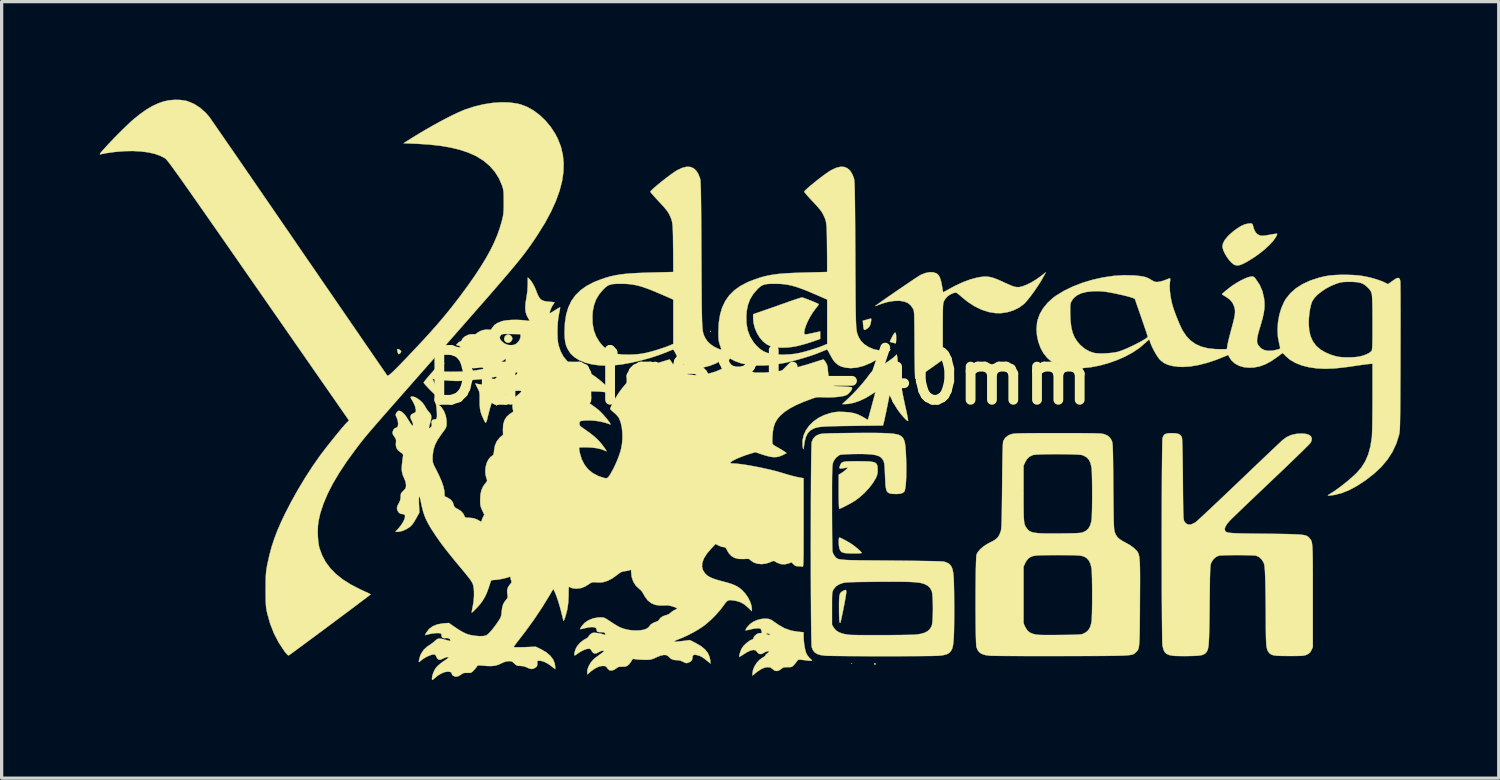
<source format=kicad_pcb>
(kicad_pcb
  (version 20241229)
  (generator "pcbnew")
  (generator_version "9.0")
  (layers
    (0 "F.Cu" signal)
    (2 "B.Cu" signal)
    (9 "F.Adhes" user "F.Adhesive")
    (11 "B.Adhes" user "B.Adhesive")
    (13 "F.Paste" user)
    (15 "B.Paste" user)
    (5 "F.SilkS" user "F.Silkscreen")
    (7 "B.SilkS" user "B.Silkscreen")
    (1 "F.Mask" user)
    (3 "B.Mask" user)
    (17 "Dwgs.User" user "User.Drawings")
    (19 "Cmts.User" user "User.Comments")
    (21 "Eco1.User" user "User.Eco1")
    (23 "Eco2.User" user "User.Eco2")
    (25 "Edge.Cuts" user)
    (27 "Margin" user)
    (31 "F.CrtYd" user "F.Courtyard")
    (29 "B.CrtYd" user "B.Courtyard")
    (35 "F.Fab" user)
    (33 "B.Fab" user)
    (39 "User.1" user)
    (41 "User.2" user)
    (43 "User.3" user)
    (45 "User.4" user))
  (footprint "Ddraig68k-40mm"
    (layer "F.Cu")
    (at 20.19 8.494)
    (property "Reference" "Ddraig68k-40mm" (at 0 0 0) (layer "F.SilkS") (effects (font (size 1.524 1.524) (thickness 0.3))))
    (attr through_hole)
    (fp_poly (pts (xy 2.833 8.763) (xy 2.823 8.773) (xy 2.814 8.763) (xy 2.823 8.753) (xy 2.833 8.763)) (stroke (width 0.01) (type solid)) (fill yes) (layer "F.SilkS"))
    (fp_poly (pts (xy -1.491 -1.42) (xy -1.489 -1.397) (xy -1.491 -1.394) (xy -1.503 -1.396) (xy -1.504 -1.407) (xy -1.497 -1.423) (xy -1.491 -1.42)) (stroke (width 0.01) (type solid)) (fill yes) (layer "F.SilkS"))
    (fp_poly (pts (xy 3.552 8.763) (xy 3.556 8.773) (xy 3.542 8.792) (xy 3.538 8.792) (xy 3.511 8.778) (xy 3.507 8.773) (xy 3.512 8.756) (xy 3.526 8.753) (xy 3.552 8.763)) (stroke (width 0.01) (type solid)) (fill yes) (layer "F.SilkS"))
    (fp_poly (pts (xy -11.051 -0.862) (xy -11.018 -0.846) (xy -10.973 -0.811) (xy -10.965 -0.778) (xy -10.992 -0.74) (xy -10.997 -0.736) (xy -11.029 -0.71) (xy -11.048 -0.711) (xy -11.064 -0.742) (xy -11.074 -0.775) (xy -11.088 -0.835) (xy -11.08 -0.864) (xy -11.051 -0.862)) (stroke (width 0.01) (type solid)) (fill yes) (layer "F.SilkS"))
    (fp_poly (pts (xy -7.636 -1.292) (xy -7.589 -1.251) (xy -7.563 -1.198) (xy -7.561 -1.182) (xy -7.578 -1.13) (xy -7.618 -1.084) (xy -7.668 -1.057) (xy -7.685 -1.055) (xy -7.735 -1.066) (xy -7.772 -1.085) (xy -7.807 -1.13) (xy -7.814 -1.186) (xy -7.796 -1.241) (xy -7.758 -1.285) (xy -7.704 -1.308) (xy -7.689 -1.309) (xy -7.636 -1.292)) (stroke (width 0.01) (type solid)) (fill yes) (layer "F.SilkS"))
    (fp_poly (pts (xy 3.419 -1.781) (xy 3.416 -1.74) (xy 3.413 -1.715) (xy 3.394 -1.621) (xy 3.363 -1.554) (xy 3.314 -1.503) (xy 3.295 -1.489) (xy 3.246 -1.458) (xy 3.218 -1.448) (xy 3.2 -1.457) (xy 3.193 -1.467) (xy 3.185 -1.497) (xy 3.176 -1.553) (xy 3.17 -1.609) (xy 3.161 -1.73) (xy 3.256 -1.756) (xy 3.319 -1.774) (xy 3.372 -1.788) (xy 3.388 -1.793) (xy 3.41 -1.796) (xy 3.419 -1.781)) (stroke (width 0.01) (type solid)) (fill yes) (layer "F.SilkS"))
    (fp_poly (pts (xy 4.172 -1.337) (xy 4.18 -1.269) (xy 4.181 -1.202) (xy 4.18 -1.127) (xy 4.175 -1.07) (xy 4.169 -1.04) (xy 4.167 -1.038) (xy 4.14 -1.043) (xy 4.091 -1.055) (xy 4.074 -1.06) (xy 4.024 -1.073) (xy 3.993 -1.083) (xy 3.989 -1.085) (xy 3.995 -1.103) (xy 4.014 -1.148) (xy 4.044 -1.21) (xy 4.053 -1.229) (xy 4.099 -1.312) (xy 4.133 -1.358) (xy 4.157 -1.366) (xy 4.172 -1.337)) (stroke (width 0.01) (type solid)) (fill yes) (layer "F.SilkS"))
    (fp_poly (pts (xy 2.478 4.914) (xy 2.54 4.944) (xy 2.627 4.989) (xy 2.733 5.05) (xy 2.763 5.067) (xy 2.83 5.11) (xy 2.903 5.164) (xy 2.975 5.222) (xy 3.041 5.278) (xy 3.092 5.327) (xy 3.121 5.363) (xy 3.126 5.375) (xy 3.108 5.382) (xy 3.059 5.387) (xy 2.988 5.389) (xy 2.904 5.39) (xy 2.814 5.389) (xy 2.726 5.387) (xy 2.651 5.382) (xy 2.595 5.376) (xy 2.582 5.373) (xy 2.512 5.346) (xy 2.469 5.3) (xy 2.442 5.225) (xy 2.441 5.224) (xy 2.431 5.161) (xy 2.425 5.088) (xy 2.424 5.016) (xy 2.427 4.955) (xy 2.434 4.915) (xy 2.443 4.904) (xy 2.478 4.914)) (stroke (width 0.01) (type solid)) (fill yes) (layer "F.SilkS"))
    (fp_poly (pts (xy 2.65 6.521) (xy 2.655 6.558) (xy 2.65 6.621) (xy 2.635 6.717) (xy 2.626 6.77) (xy 2.609 6.864) (xy 2.589 6.973) (xy 2.566 7.089) (xy 2.542 7.205) (xy 2.52 7.312) (xy 2.5 7.405) (xy 2.484 7.474) (xy 2.474 7.512) (xy 2.473 7.513) (xy 2.462 7.513) (xy 2.449 7.493) (xy 2.444 7.462) (xy 2.44 7.399) (xy 2.436 7.309) (xy 2.434 7.201) (xy 2.433 7.08) (xy 2.433 7.062) (xy 2.433 6.915) (xy 2.436 6.802) (xy 2.442 6.717) (xy 2.452 6.656) (xy 2.469 6.611) (xy 2.493 6.58) (xy 2.526 6.555) (xy 2.561 6.535) (xy 2.604 6.514) (xy 2.634 6.508) (xy 2.65 6.521)) (stroke (width 0.01) (type solid)) (fill yes) (layer "F.SilkS"))
    (fp_poly (pts (xy 15.07 -4.699) (xy 15.088 -4.677) (xy 15.095 -4.655) (xy 15.132 -4.527) (xy 15.18 -4.434) (xy 15.242 -4.372) (xy 15.315 -4.338) (xy 15.357 -4.33) (xy 15.41 -4.33) (xy 15.481 -4.338) (xy 15.58 -4.355) (xy 15.606 -4.36) (xy 15.694 -4.376) (xy 15.768 -4.387) (xy 15.819 -4.392) (xy 15.839 -4.39) (xy 15.836 -4.368) (xy 15.816 -4.324) (xy 15.785 -4.268) (xy 15.709 -4.164) (xy 15.603 -4.049) (xy 15.473 -3.928) (xy 15.324 -3.807) (xy 15.163 -3.69) (xy 14.995 -3.582) (xy 14.874 -3.512) (xy 14.765 -3.458) (xy 14.679 -3.428) (xy 14.608 -3.421) (xy 14.545 -3.436) (xy 14.506 -3.456) (xy 14.437 -3.512) (xy 14.365 -3.592) (xy 14.296 -3.687) (xy 14.237 -3.789) (xy 14.192 -3.887) (xy 14.168 -3.972) (xy 14.165 -4.002) (xy 14.183 -4.099) (xy 14.237 -4.201) (xy 14.327 -4.311) (xy 14.377 -4.361) (xy 14.497 -4.466) (xy 14.619 -4.556) (xy 14.734 -4.627) (xy 14.836 -4.674) (xy 14.891 -4.69) (xy 14.979 -4.705) (xy 15.036 -4.708) (xy 15.07 -4.699)) (stroke (width 0.01) (type solid)) (fill yes) (layer "F.SilkS"))
    (fp_poly (pts (xy 3.187 2.57) (xy 3.32 2.574) (xy 3.423 2.583) (xy 3.498 2.598) (xy 3.551 2.622) (xy 3.585 2.656) (xy 3.604 2.703) (xy 3.613 2.764) (xy 3.615 2.841) (xy 3.615 2.844) (xy 3.61 2.931) (xy 3.595 3.002) (xy 3.562 3.079) (xy 3.555 3.093) (xy 3.465 3.241) (xy 3.347 3.393) (xy 3.209 3.541) (xy 3.059 3.675) (xy 2.937 3.767) (xy 2.878 3.804) (xy 2.803 3.848) (xy 2.718 3.894) (xy 2.633 3.939) (xy 2.555 3.979) (xy 2.491 4.008) (xy 2.45 4.024) (xy 2.443 4.025) (xy 2.436 4.006) (xy 2.431 3.948) (xy 2.427 3.853) (xy 2.424 3.721) (xy 2.423 3.553) (xy 2.423 3.502) (xy 2.423 2.979) (xy 2.487 2.944) (xy 2.538 2.911) (xy 2.601 2.863) (xy 2.639 2.831) (xy 2.684 2.788) (xy 2.702 2.766) (xy 2.695 2.761) (xy 2.677 2.764) (xy 2.627 2.773) (xy 2.561 2.784) (xy 2.535 2.787) (xy 2.476 2.792) (xy 2.448 2.783) (xy 2.446 2.752) (xy 2.467 2.694) (xy 2.47 2.687) (xy 2.487 2.651) (xy 2.507 2.623) (xy 2.535 2.603) (xy 2.576 2.588) (xy 2.635 2.578) (xy 2.716 2.573) (xy 2.825 2.57) (xy 2.967 2.569) (xy 3.019 2.569) (xy 3.187 2.57)) (stroke (width 0.01) (type solid)) (fill yes) (layer "F.SilkS"))
    (fp_poly (pts (xy 1.332 -2.435) (xy 1.388 -2.416) (xy 1.462 -2.388) (xy 1.546 -2.355) (xy 1.631 -2.321) (xy 1.709 -2.288) (xy 1.771 -2.26) (xy 1.808 -2.242) (xy 1.814 -2.237) (xy 1.806 -2.22) (xy 1.778 -2.18) (xy 1.735 -2.124) (xy 1.713 -2.097) (xy 1.627 -1.979) (xy 1.547 -1.849) (xy 1.477 -1.716) (xy 1.422 -1.588) (xy 1.384 -1.471) (xy 1.368 -1.375) (xy 1.368 -1.363) (xy 1.369 -1.337) (xy 1.377 -1.32) (xy 1.397 -1.313) (xy 1.435 -1.314) (xy 1.497 -1.325) (xy 1.588 -1.344) (xy 1.646 -1.357) (xy 1.856 -1.403) (xy 1.856 -1.175) (xy 1.753 -1.137) (xy 1.638 -1.096) (xy 1.504 -1.053) (xy 1.364 -1.011) (xy 1.232 -0.975) (xy 1.122 -0.949) (xy 1.114 -0.947) (xy 0.98 -0.925) (xy 0.835 -0.911) (xy 0.689 -0.906) (xy 0.556 -0.911) (xy 0.447 -0.924) (xy 0.433 -0.927) (xy 0.351 -0.951) (xy 0.27 -0.983) (xy 0.225 -1.005) (xy 0.111 -1.093) (xy 0.009 -1.21) (xy -0.077 -1.351) (xy -0.142 -1.505) (xy -0.183 -1.667) (xy -0.195 -1.809) (xy -0.195 -1.929) (xy 0.181 -2.06) (xy 0.328 -2.111) (xy 0.493 -2.169) (xy 0.662 -2.229) (xy 0.819 -2.284) (xy 0.91 -2.317) (xy 1.022 -2.356) (xy 1.124 -2.39) (xy 1.21 -2.418) (xy 1.271 -2.436) (xy 1.303 -2.442) (xy 1.303 -2.442) (xy 1.332 -2.435)) (stroke (width 0.01) (type solid)) (fill yes) (layer "F.SilkS"))
    (fp_poly (pts (xy 4.209 -0.646) (xy 4.215 -0.602) (xy 4.223 -0.533) (xy 4.23 -0.454) (xy 4.23 -0.449) (xy 4.239 -0.358) (xy 4.25 -0.265) (xy 4.26 -0.195) (xy 4.272 -0.114) (xy 4.284 -0.032) (xy 4.289 0) (xy 4.302 0.09) (xy 4.323 0.21) (xy 4.35 0.354) (xy 4.381 0.512) (xy 4.415 0.679) (xy 4.45 0.845) (xy 4.477 0.963) (xy 4.501 1.076) (xy 4.522 1.176) (xy 4.537 1.256) (xy 4.545 1.312) (xy 4.546 1.335) (xy 4.53 1.334) (xy 4.495 1.308) (xy 4.446 1.261) (xy 4.389 1.199) (xy 4.328 1.127) (xy 4.269 1.051) (xy 4.219 0.98) (xy 4.162 0.89) (xy 4.103 0.787) (xy 4.054 0.694) (xy 4.051 0.688) (xy 3.979 0.539) (xy 3.905 0.909) (xy 3.88 1.032) (xy 3.855 1.149) (xy 3.833 1.251) (xy 3.816 1.33) (xy 3.804 1.377) (xy 3.778 1.475) (xy 2.851 1.487) (xy 2.62 1.49) (xy 2.425 1.493) (xy 2.261 1.497) (xy 2.125 1.501) (xy 2.014 1.506) (xy 1.923 1.513) (xy 1.849 1.52) (xy 1.789 1.53) (xy 1.738 1.542) (xy 1.693 1.555) (xy 1.651 1.572) (xy 1.647 1.573) (xy 1.55 1.631) (xy 1.474 1.714) (xy 1.418 1.826) (xy 1.381 1.969) (xy 1.37 2.04) (xy 1.36 2.113) (xy 1.351 2.169) (xy 1.343 2.199) (xy 1.342 2.201) (xy 1.334 2.189) (xy 1.325 2.148) (xy 1.318 2.097) (xy 1.316 1.933) (xy 1.351 1.774) (xy 1.419 1.623) (xy 1.518 1.483) (xy 1.645 1.356) (xy 1.797 1.248) (xy 1.972 1.16) (xy 2.166 1.096) (xy 2.181 1.092) (xy 2.269 1.073) (xy 2.348 1.062) (xy 2.432 1.057) (xy 2.534 1.059) (xy 2.589 1.061) (xy 2.747 1.073) (xy 2.88 1.096) (xy 2.999 1.133) (xy 3.116 1.189) (xy 3.188 1.23) (xy 3.248 1.266) (xy 3.293 1.291) (xy 3.315 1.302) (xy 3.315 1.302) (xy 3.322 1.283) (xy 3.336 1.233) (xy 3.357 1.158) (xy 3.382 1.065) (xy 3.411 0.961) (xy 3.44 0.852) (xy 3.469 0.744) (xy 3.496 0.644) (xy 3.518 0.559) (xy 3.535 0.494) (xy 3.544 0.456) (xy 3.545 0.449) (xy 3.528 0.459) (xy 3.487 0.486) (xy 3.436 0.52) (xy 3.251 0.632) (xy 3.065 0.72) (xy 2.884 0.782) (xy 2.715 0.815) (xy 2.628 0.82) (xy 2.531 0.821) (xy 2.724 0.64) (xy 2.865 0.502) (xy 3.01 0.348) (xy 3.151 0.187) (xy 3.277 0.032) (xy 3.349 -0.065) (xy 3.406 -0.14) (xy 3.458 -0.192) (xy 3.519 -0.234) (xy 3.574 -0.263) (xy 3.663 -0.312) (xy 3.766 -0.373) (xy 3.873 -0.442) (xy 3.975 -0.512) (xy 4.063 -0.576) (xy 4.126 -0.628) (xy 4.131 -0.633) (xy 4.199 -0.697) (xy 4.209 -0.646)) (stroke (width 0.01) (type solid)) (fill yes) (layer "F.SilkS"))
    (fp_poly (pts (xy 5.317 -3.212) (xy 5.413 -3.179) (xy 5.45 -3.154) (xy 5.49 -3.107) (xy 5.524 -3.038) (xy 5.553 -2.942) (xy 5.58 -2.813) (xy 5.59 -2.755) (xy 5.602 -2.684) (xy 5.611 -2.631) (xy 5.617 -2.604) (xy 5.618 -2.603) (xy 5.636 -2.609) (xy 5.677 -2.63) (xy 5.726 -2.658) (xy 5.977 -2.795) (xy 6.219 -2.908) (xy 6.449 -2.993) (xy 6.662 -3.051) (xy 6.773 -3.07) (xy 6.872 -3.08) (xy 6.962 -3.08) (xy 7.051 -3.068) (xy 7.147 -3.043) (xy 7.258 -3.003) (xy 7.391 -2.946) (xy 7.459 -2.914) (xy 7.586 -2.856) (xy 7.684 -2.814) (xy 7.76 -2.784) (xy 7.821 -2.767) (xy 7.872 -2.759) (xy 7.921 -2.758) (xy 7.958 -2.762) (xy 8.059 -2.786) (xy 8.181 -2.834) (xy 8.316 -2.902) (xy 8.457 -2.987) (xy 8.598 -3.086) (xy 8.673 -3.144) (xy 8.759 -3.214) (xy 8.714 -3.126) (xy 8.649 -3.008) (xy 8.57 -2.877) (xy 8.481 -2.741) (xy 8.387 -2.606) (xy 8.294 -2.479) (xy 8.205 -2.368) (xy 8.127 -2.279) (xy 8.084 -2.236) (xy 7.94 -2.131) (xy 7.771 -2.048) (xy 7.586 -1.991) (xy 7.393 -1.962) (xy 7.225 -1.963) (xy 7.009 -1.998) (xy 6.79 -2.07) (xy 6.572 -2.177) (xy 6.359 -2.317) (xy 6.193 -2.452) (xy 6.129 -2.508) (xy 6.071 -2.554) (xy 6.03 -2.583) (xy 6.017 -2.589) (xy 5.971 -2.588) (xy 5.907 -2.567) (xy 5.834 -2.532) (xy 5.766 -2.487) (xy 5.751 -2.474) (xy 5.703 -2.422) (xy 5.658 -2.357) (xy 5.648 -2.338) (xy 5.638 -2.317) (xy 5.63 -2.294) (xy 5.624 -2.266) (xy 5.619 -2.229) (xy 5.615 -2.18) (xy 5.612 -2.114) (xy 5.61 -2.028) (xy 5.609 -1.919) (xy 5.608 -1.781) (xy 5.607 -1.613) (xy 5.607 -1.409) (xy 5.607 -1.396) (xy 5.607 -0.537) (xy 5.194 -0.244) (xy 5.082 -0.165) (xy 4.98 -0.093) (xy 4.893 -0.033) (xy 4.825 0.015) (xy 4.781 0.045) (xy 4.765 0.055) (xy 4.762 0.037) (xy 4.759 -0.016) (xy 4.756 -0.101) (xy 4.753 -0.215) (xy 4.75 -0.353) (xy 4.748 -0.513) (xy 4.746 -0.691) (xy 4.744 -0.882) (xy 4.744 -0.98) (xy 4.742 -1.209) (xy 4.741 -1.401) (xy 4.74 -1.561) (xy 4.738 -1.693) (xy 4.736 -1.798) (xy 4.734 -1.881) (xy 4.731 -1.944) (xy 4.727 -1.992) (xy 4.722 -2.028) (xy 4.716 -2.054) (xy 4.709 -2.075) (xy 4.7 -2.093) (xy 4.696 -2.1) (xy 4.628 -2.2) (xy 4.543 -2.27) (xy 4.436 -2.315) (xy 4.302 -2.338) (xy 4.269 -2.34) (xy 4.106 -2.335) (xy 3.926 -2.305) (xy 3.741 -2.252) (xy 3.652 -2.218) (xy 3.593 -2.195) (xy 3.554 -2.182) (xy 3.542 -2.181) (xy 3.542 -2.181) (xy 3.568 -2.202) (xy 3.622 -2.241) (xy 3.699 -2.296) (xy 3.796 -2.364) (xy 3.909 -2.443) (xy 4.033 -2.528) (xy 4.163 -2.618) (xy 4.296 -2.709) (xy 4.427 -2.798) (xy 4.552 -2.883) (xy 4.666 -2.96) (xy 4.766 -3.027) (xy 4.848 -3.08) (xy 4.905 -3.117) (xy 4.936 -3.135) (xy 5.074 -3.189) (xy 5.203 -3.215) (xy 5.317 -3.212)) (stroke (width 0.01) (type solid)) (fill yes) (layer "F.SilkS"))
    (fp_poly (pts (xy 0.266 7.391) (xy 0.354 7.42) (xy 0.373 7.431) (xy 0.42 7.464) (xy 0.487 7.51) (xy 0.562 7.562) (xy 0.585 7.578) (xy 0.768 7.682) (xy 0.971 7.752) (xy 1.191 7.788) (xy 1.191 7.788) (xy 1.348 7.801) (xy 1.348 7.912) (xy 1.353 8.032) (xy 1.366 8.158) (xy 1.385 8.279) (xy 1.409 8.383) (xy 1.43 8.445) (xy 1.472 8.519) (xy 1.529 8.588) (xy 1.55 8.608) (xy 1.585 8.639) (xy 1.603 8.66) (xy 1.6 8.672) (xy 1.572 8.675) (xy 1.515 8.672) (xy 1.425 8.662) (xy 1.358 8.653) (xy 1.275 8.644) (xy 1.222 8.64) (xy 1.19 8.643) (xy 1.171 8.654) (xy 1.156 8.674) (xy 1.153 8.678) (xy 1.122 8.72) (xy 1.078 8.774) (xy 1.058 8.797) (xy 1.021 8.836) (xy 0.989 8.858) (xy 0.949 8.868) (xy 0.888 8.87) (xy 0.858 8.87) (xy 0.783 8.872) (xy 0.734 8.88) (xy 0.696 8.899) (xy 0.658 8.929) (xy 0.588 8.975) (xy 0.523 8.988) (xy 0.463 8.977) (xy 0.412 8.938) (xy 0.404 8.929) (xy 0.337 8.882) (xy 0.253 8.868) (xy 0.154 8.885) (xy 0.044 8.934) (xy -0.076 9.014) (xy -0.121 9.05) (xy -0.215 9.128) (xy -0.215 9.061) (xy -0.198 8.954) (xy -0.151 8.841) (xy -0.082 8.734) (xy 0.005 8.642) (xy 0.1 8.576) (xy 0.147 8.547) (xy 0.173 8.521) (xy 0.176 8.513) (xy 0.191 8.488) (xy 0.227 8.455) (xy 0.234 8.45) (xy 0.273 8.421) (xy 0.293 8.399) (xy 0.293 8.397) (xy 0.278 8.382) (xy 0.239 8.384) (xy 0.187 8.401) (xy 0.133 8.431) (xy 0.13 8.433) (xy 0.056 8.468) (xy -0.005 8.467) (xy -0.056 8.428) (xy -0.075 8.401) (xy -0.119 8.356) (xy -0.184 8.342) (xy -0.269 8.359) (xy -0.376 8.408) (xy -0.493 8.481) (xy -0.551 8.519) (xy -0.595 8.544) (xy -0.618 8.552) (xy -0.619 8.551) (xy -0.62 8.527) (xy -0.61 8.477) (xy -0.591 8.415) (xy -0.568 8.35) (xy -0.546 8.302) (xy -0.502 8.237) (xy -0.437 8.168) (xy -0.362 8.102) (xy -0.289 8.052) (xy -0.242 8.03) (xy -0.196 8.008) (xy -0.182 7.984) (xy -0.183 7.982) (xy -0.176 7.954) (xy -0.147 7.914) (xy -0.129 7.896) (xy -0.073 7.852) (xy 0.206 7.852) (xy 0.232 7.868) (xy 0.277 7.883) (xy 0.32 7.891) (xy 0.324 7.881) (xy 0.313 7.864) (xy 0.275 7.842) (xy 0.238 7.835) (xy 0.207 7.84) (xy 0.206 7.852) (xy -0.073 7.852) (xy -0.072 7.852) (xy -0.013 7.836) (xy 0.005 7.835) (xy 0.052 7.833) (xy 0.07 7.82) (xy 0.068 7.786) (xy 0.065 7.771) (xy 0.05 7.723) (xy 0.032 7.694) (xy 0.031 7.694) (xy -0.016 7.681) (xy -0.095 7.682) (xy -0.201 7.698) (xy -0.278 7.715) (xy -0.349 7.731) (xy -0.402 7.741) (xy -0.428 7.744) (xy -0.43 7.743) (xy -0.416 7.705) (xy -0.381 7.651) (xy -0.33 7.592) (xy -0.281 7.544) (xy -0.188 7.479) (xy -0.077 7.43) (xy 0.041 7.398) (xy 0.159 7.384) (xy 0.266 7.391)) (stroke (width 0.01) (type solid)) (fill yes) (layer "F.SilkS"))
    (fp_poly (pts (xy 12.735 1.715) (xy 12.816 1.732) (xy 12.873 1.765) (xy 12.912 1.815) (xy 12.92 1.833) (xy 12.926 1.857) (xy 12.931 1.906) (xy 12.935 1.981) (xy 12.939 2.085) (xy 12.942 2.218) (xy 12.945 2.384) (xy 12.948 2.582) (xy 12.951 2.817) (xy 12.954 3.088) (xy 12.954 3.116) (xy 12.956 3.368) (xy 12.958 3.583) (xy 12.96 3.764) (xy 12.962 3.916) (xy 12.964 4.041) (xy 12.967 4.141) (xy 12.97 4.22) (xy 12.973 4.281) (xy 12.977 4.327) (xy 12.982 4.361) (xy 12.988 4.385) (xy 12.994 4.402) (xy 12.999 4.412) (xy 13.053 4.477) (xy 13.122 4.508) (xy 13.205 4.503) (xy 13.3 4.462) (xy 13.349 4.43) (xy 13.377 4.407) (xy 13.43 4.359) (xy 13.507 4.289) (xy 13.605 4.197) (xy 13.723 4.087) (xy 13.858 3.96) (xy 14.008 3.819) (xy 14.171 3.665) (xy 14.344 3.5) (xy 14.525 3.328) (xy 14.666 3.193) (xy 14.853 3.015) (xy 15.034 2.842) (xy 15.206 2.678) (xy 15.368 2.524) (xy 15.517 2.382) (xy 15.651 2.255) (xy 15.767 2.145) (xy 15.864 2.054) (xy 15.939 1.984) (xy 15.989 1.937) (xy 16.009 1.918) (xy 16.132 1.829) (xy 16.263 1.769) (xy 16.414 1.734) (xy 16.456 1.729) (xy 16.602 1.722) (xy 16.72 1.733) (xy 16.811 1.761) (xy 16.871 1.806) (xy 16.898 1.865) (xy 16.892 1.937) (xy 16.86 2.006) (xy 16.839 2.03) (xy 16.793 2.078) (xy 16.722 2.149) (xy 16.63 2.24) (xy 16.518 2.349) (xy 16.388 2.475) (xy 16.243 2.614) (xy 16.086 2.766) (xy 15.917 2.927) (xy 15.74 3.095) (xy 15.653 3.178) (xy 15.471 3.35) (xy 15.296 3.517) (xy 15.129 3.676) (xy 14.973 3.824) (xy 14.831 3.96) (xy 14.705 4.081) (xy 14.596 4.186) (xy 14.508 4.271) (xy 14.443 4.334) (xy 14.402 4.374) (xy 14.393 4.383) (xy 14.306 4.486) (xy 14.253 4.573) (xy 14.234 4.644) (xy 14.241 4.683) (xy 14.251 4.702) (xy 14.263 4.718) (xy 14.28 4.732) (xy 14.306 4.743) (xy 14.344 4.753) (xy 14.395 4.76) (xy 14.464 4.767) (xy 14.554 4.772) (xy 14.667 4.776) (xy 14.806 4.779) (xy 14.975 4.782) (xy 15.176 4.785) (xy 15.412 4.788) (xy 15.474 4.788) (xy 15.727 4.791) (xy 15.943 4.794) (xy 16.127 4.797) (xy 16.28 4.801) (xy 16.407 4.806) (xy 16.51 4.812) (xy 16.592 4.819) (xy 16.656 4.828) (xy 16.706 4.839) (xy 16.744 4.853) (xy 16.773 4.869) (xy 16.797 4.889) (xy 16.819 4.912) (xy 16.829 4.924) (xy 16.847 4.945) (xy 16.863 4.965) (xy 16.876 4.987) (xy 16.888 5.014) (xy 16.898 5.047) (xy 16.906 5.09) (xy 16.912 5.145) (xy 16.918 5.215) (xy 16.922 5.302) (xy 16.925 5.41) (xy 16.927 5.54) (xy 16.929 5.696) (xy 16.929 5.88) (xy 16.93 6.094) (xy 16.93 6.341) (xy 16.93 6.625) (xy 16.93 6.692) (xy 16.93 8.255) (xy 16.887 8.349) (xy 16.851 8.413) (xy 16.806 8.455) (xy 16.75 8.485) (xy 16.717 8.499) (xy 16.684 8.509) (xy 16.644 8.517) (xy 16.593 8.522) (xy 16.523 8.525) (xy 16.429 8.527) (xy 16.306 8.528) (xy 16.217 8.528) (xy 16.054 8.527) (xy 15.925 8.525) (xy 15.825 8.52) (xy 15.749 8.51) (xy 15.692 8.497) (xy 15.649 8.478) (xy 15.615 8.452) (xy 15.584 8.42) (xy 15.563 8.391) (xy 15.545 8.357) (xy 15.53 8.314) (xy 15.518 8.259) (xy 15.509 8.188) (xy 15.503 8.097) (xy 15.498 7.982) (xy 15.495 7.84) (xy 15.493 7.666) (xy 15.493 7.458) (xy 15.493 7.438) (xy 15.492 7.247) (xy 15.49 7.044) (xy 15.488 6.84) (xy 15.485 6.642) (xy 15.482 6.461) (xy 15.479 6.304) (xy 15.477 6.233) (xy 15.472 6.079) (xy 15.467 5.96) (xy 15.461 5.868) (xy 15.455 5.8) (xy 15.448 5.748) (xy 15.438 5.708) (xy 15.426 5.675) (xy 15.422 5.666) (xy 15.362 5.569) (xy 15.282 5.497) (xy 15.189 5.458) (xy 15.186 5.457) (xy 15.146 5.453) (xy 15.074 5.449) (xy 14.975 5.446) (xy 14.857 5.443) (xy 14.724 5.442) (xy 14.625 5.441) (xy 14.486 5.442) (xy 14.357 5.444) (xy 14.243 5.446) (xy 14.151 5.45) (xy 14.088 5.454) (xy 14.063 5.457) (xy 13.97 5.496) (xy 13.889 5.567) (xy 13.827 5.663) (xy 13.826 5.666) (xy 13.818 5.685) (xy 13.81 5.706) (xy 13.804 5.732) (xy 13.799 5.766) (xy 13.795 5.811) (xy 13.791 5.87) (xy 13.788 5.946) (xy 13.785 6.043) (xy 13.782 6.163) (xy 13.78 6.31) (xy 13.778 6.486) (xy 13.775 6.695) (xy 13.773 6.94) (xy 13.773 6.946) (xy 13.77 7.211) (xy 13.767 7.44) (xy 13.763 7.636) (xy 13.76 7.802) (xy 13.755 7.94) (xy 13.75 8.054) (xy 13.744 8.146) (xy 13.737 8.22) (xy 13.728 8.277) (xy 13.718 8.322) (xy 13.705 8.358) (xy 13.691 8.386) (xy 13.675 8.41) (xy 13.673 8.412) (xy 13.64 8.448) (xy 13.602 8.476) (xy 13.552 8.496) (xy 13.486 8.51) (xy 13.397 8.52) (xy 13.281 8.526) (xy 13.131 8.529) (xy 13.13 8.53) (xy 13.005 8.531) (xy 12.886 8.53) (xy 12.779 8.528) (xy 12.696 8.525) (xy 12.651 8.521) (xy 12.537 8.499) (xy 12.454 8.463) (xy 12.396 8.407) (xy 12.357 8.324) (xy 12.331 8.21) (xy 12.33 8.204) (xy 12.327 8.167) (xy 12.324 8.094) (xy 12.322 7.987) (xy 12.32 7.849) (xy 12.318 7.683) (xy 12.316 7.492) (xy 12.314 7.277) (xy 12.313 7.041) (xy 12.311 6.788) (xy 12.31 6.519) (xy 12.31 6.237) (xy 12.309 5.945) (xy 12.309 5.645) (xy 12.308 5.34) (xy 12.308 5.033) (xy 12.308 4.725) (xy 12.309 4.42) (xy 12.309 4.12) (xy 12.31 3.828) (xy 12.311 3.547) (xy 12.312 3.278) (xy 12.313 3.025) (xy 12.315 2.79) (xy 12.317 2.575) (xy 12.319 2.384) (xy 12.321 2.218) (xy 12.323 2.081) (xy 12.325 1.975) (xy 12.328 1.902) (xy 12.331 1.866) (xy 12.331 1.864) (xy 12.354 1.798) (xy 12.389 1.754) (xy 12.442 1.726) (xy 12.52 1.713) (xy 12.622 1.71) (xy 12.735 1.715)) (stroke (width 0.01) (type solid)) (fill yes) (layer "F.SilkS"))
    (fp_poly (pts (xy 3.552 1.703) (xy 3.727 1.706) (xy 3.873 1.711) (xy 3.994 1.718) (xy 4.093 1.728) (xy 4.172 1.74) (xy 4.233 1.754) (xy 4.28 1.771) (xy 4.299 1.781) (xy 4.354 1.818) (xy 4.396 1.866) (xy 4.426 1.928) (xy 4.449 2.012) (xy 4.464 2.124) (xy 4.475 2.268) (xy 4.476 2.273) (xy 4.485 2.477) (xy 4.491 2.675) (xy 4.492 2.862) (xy 4.489 3.034) (xy 4.482 3.186) (xy 4.472 3.313) (xy 4.457 3.413) (xy 4.44 3.479) (xy 4.432 3.496) (xy 4.385 3.536) (xy 4.306 3.562) (xy 4.199 3.572) (xy 4.106 3.569) (xy 4.035 3.563) (xy 3.978 3.551) (xy 3.935 3.53) (xy 3.903 3.496) (xy 3.88 3.444) (xy 3.864 3.37) (xy 3.853 3.27) (xy 3.846 3.139) (xy 3.84 2.989) (xy 3.835 2.855) (xy 3.829 2.753) (xy 3.822 2.677) (xy 3.813 2.622) (xy 3.802 2.579) (xy 3.789 2.548) (xy 3.754 2.492) (xy 3.706 2.446) (xy 3.641 2.409) (xy 3.556 2.382) (xy 3.446 2.363) (xy 3.31 2.352) (xy 3.142 2.347) (xy 2.94 2.348) (xy 2.902 2.348) (xy 2.744 2.352) (xy 2.622 2.357) (xy 2.533 2.364) (xy 2.473 2.372) (xy 2.442 2.382) (xy 2.344 2.456) (xy 2.273 2.556) (xy 2.252 2.607) (xy 2.245 2.629) (xy 2.239 2.655) (xy 2.234 2.688) (xy 2.23 2.73) (xy 2.227 2.786) (xy 2.224 2.857) (xy 2.222 2.947) (xy 2.22 3.058) (xy 2.219 3.195) (xy 2.218 3.359) (xy 2.218 3.554) (xy 2.218 3.782) (xy 2.218 3.986) (xy 2.218 4.208) (xy 2.219 4.42) (xy 2.22 4.619) (xy 2.221 4.8) (xy 2.223 4.961) (xy 2.225 5.099) (xy 2.227 5.208) (xy 2.229 5.287) (xy 2.232 5.332) (xy 2.233 5.338) (xy 2.257 5.403) (xy 2.295 5.466) (xy 2.301 5.473) (xy 2.319 5.495) (xy 2.335 5.514) (xy 2.353 5.531) (xy 2.375 5.545) (xy 2.403 5.558) (xy 2.44 5.568) (xy 2.488 5.576) (xy 2.551 5.583) (xy 2.63 5.589) (xy 2.729 5.594) (xy 2.85 5.597) (xy 2.995 5.6) (xy 3.168 5.602) (xy 3.37 5.604) (xy 3.605 5.606) (xy 3.875 5.608) (xy 4.035 5.61) (xy 4.306 5.612) (xy 4.559 5.615) (xy 4.792 5.618) (xy 5.002 5.621) (xy 5.187 5.624) (xy 5.344 5.627) (xy 5.471 5.631) (xy 5.566 5.635) (xy 5.626 5.638) (xy 5.647 5.641) (xy 5.74 5.674) (xy 5.811 5.717) (xy 5.863 5.777) (xy 5.9 5.857) (xy 5.924 5.965) (xy 5.939 6.105) (xy 5.941 6.133) (xy 5.945 6.207) (xy 5.948 6.313) (xy 5.951 6.446) (xy 5.954 6.599) (xy 5.955 6.765) (xy 5.956 6.939) (xy 5.957 7.073) (xy 5.956 7.322) (xy 5.955 7.536) (xy 5.952 7.717) (xy 5.948 7.868) (xy 5.942 7.993) (xy 5.934 8.095) (xy 5.924 8.177) (xy 5.912 8.242) (xy 5.898 8.293) (xy 5.882 8.331) (xy 5.841 8.397) (xy 5.788 8.446) (xy 5.716 8.481) (xy 5.618 8.504) (xy 5.488 8.52) (xy 5.481 8.52) (xy 5.428 8.523) (xy 5.34 8.525) (xy 5.22 8.528) (xy 5.072 8.529) (xy 4.901 8.531) (xy 4.709 8.532) (xy 4.501 8.533) (xy 4.281 8.534) (xy 4.051 8.534) (xy 3.817 8.534) (xy 3.582 8.534) (xy 3.349 8.534) (xy 3.123 8.533) (xy 2.907 8.532) (xy 2.705 8.531) (xy 2.521 8.529) (xy 2.359 8.527) (xy 2.222 8.525) (xy 2.114 8.523) (xy 2.04 8.52) (xy 2.012 8.519) (xy 1.876 8.501) (xy 1.772 8.47) (xy 1.695 8.424) (xy 1.64 8.358) (xy 1.601 8.269) (xy 1.597 8.257) (xy 1.594 8.226) (xy 1.591 8.159) (xy 1.588 8.058) (xy 1.585 7.925) (xy 1.582 7.764) (xy 1.58 7.576) (xy 1.578 7.365) (xy 1.576 7.133) (xy 1.576 7.073) (xy 2.218 7.073) (xy 2.218 7.571) (xy 2.269 7.659) (xy 2.334 7.739) (xy 2.424 7.8) (xy 2.543 7.845) (xy 2.694 7.874) (xy 2.755 7.881) (xy 2.807 7.884) (xy 2.893 7.886) (xy 3.008 7.888) (xy 3.145 7.889) (xy 3.302 7.89) (xy 3.472 7.89) (xy 3.65 7.89) (xy 3.832 7.89) (xy 4.012 7.889) (xy 4.185 7.887) (xy 4.347 7.886) (xy 4.492 7.883) (xy 4.615 7.881) (xy 4.712 7.878) (xy 4.777 7.875) (xy 4.794 7.873) (xy 4.946 7.849) (xy 5.065 7.812) (xy 5.155 7.76) (xy 5.223 7.691) (xy 5.268 7.61) (xy 5.281 7.559) (xy 5.291 7.476) (xy 5.299 7.369) (xy 5.303 7.245) (xy 5.306 7.112) (xy 5.305 6.977) (xy 5.302 6.846) (xy 5.296 6.729) (xy 5.287 6.631) (xy 5.276 6.561) (xy 5.268 6.536) (xy 5.219 6.448) (xy 5.156 6.384) (xy 5.065 6.334) (xy 5.06 6.332) (xy 5.012 6.314) (xy 4.957 6.299) (xy 4.89 6.286) (xy 4.81 6.276) (xy 4.712 6.268) (xy 4.594 6.262) (xy 4.453 6.258) (xy 4.285 6.256) (xy 4.087 6.255) (xy 3.856 6.256) (xy 3.612 6.257) (xy 3.384 6.26) (xy 3.192 6.262) (xy 3.033 6.264) (xy 2.902 6.267) (xy 2.797 6.27) (xy 2.715 6.274) (xy 2.651 6.279) (xy 2.602 6.284) (xy 2.566 6.291) (xy 2.545 6.296) (xy 2.428 6.341) (xy 2.341 6.397) (xy 2.278 6.471) (xy 2.266 6.491) (xy 2.251 6.517) (xy 2.24 6.543) (xy 2.231 6.573) (xy 2.225 6.612) (xy 2.221 6.666) (xy 2.219 6.74) (xy 2.218 6.839) (xy 2.218 6.969) (xy 2.218 7.073) (xy 1.576 7.073) (xy 1.575 6.883) (xy 1.573 6.617) (xy 1.572 6.338) (xy 1.571 6.048) (xy 1.571 5.751) (xy 1.571 5.448) (xy 1.57 5.142) (xy 1.571 4.836) (xy 1.571 4.532) (xy 1.572 4.233) (xy 1.572 3.942) (xy 1.573 3.661) (xy 1.575 3.393) (xy 1.576 3.14) (xy 1.578 2.905) (xy 1.58 2.691) (xy 1.582 2.5) (xy 1.585 2.334) (xy 1.588 2.197) (xy 1.591 2.091) (xy 1.594 2.018) (xy 1.597 1.981) (xy 1.598 1.979) (xy 1.647 1.873) (xy 1.721 1.796) (xy 1.823 1.746) (xy 1.852 1.738) (xy 1.889 1.732) (xy 1.936 1.726) (xy 1.999 1.722) (xy 2.079 1.718) (xy 2.181 1.714) (xy 2.309 1.712) (xy 2.466 1.709) (xy 2.655 1.707) (xy 2.833 1.705) (xy 3.108 1.703) (xy 3.347 1.702) (xy 3.552 1.703)) (stroke (width 0.01) (type solid)) (fill yes) (layer "F.SilkS"))
    (fp_poly (pts (xy 9.386 1.71) (xy 9.612 1.71) (xy 9.805 1.71) (xy 9.967 1.711) (xy 10.103 1.713) (xy 10.214 1.714) (xy 10.303 1.717) (xy 10.374 1.719) (xy 10.43 1.723) (xy 10.473 1.727) (xy 10.507 1.732) (xy 10.534 1.738) (xy 10.552 1.743) (xy 10.648 1.783) (xy 10.716 1.84) (xy 10.77 1.923) (xy 10.779 1.944) (xy 10.786 1.962) (xy 10.792 1.984) (xy 10.798 2.014) (xy 10.802 2.053) (xy 10.806 2.106) (xy 10.809 2.174) (xy 10.812 2.261) (xy 10.815 2.371) (xy 10.817 2.504) (xy 10.819 2.666) (xy 10.821 2.858) (xy 10.823 3.083) (xy 10.825 3.331) (xy 10.828 3.596) (xy 10.83 3.824) (xy 10.832 4.018) (xy 10.835 4.183) (xy 10.837 4.319) (xy 10.84 4.43) (xy 10.843 4.52) (xy 10.847 4.59) (xy 10.851 4.644) (xy 10.856 4.684) (xy 10.862 4.713) (xy 10.867 4.731) (xy 10.903 4.819) (xy 10.951 4.89) (xy 11.017 4.952) (xy 11.109 5.011) (xy 11.191 5.055) (xy 11.326 5.13) (xy 11.436 5.208) (xy 11.479 5.246) (xy 11.511 5.277) (xy 11.538 5.305) (xy 11.562 5.334) (xy 11.581 5.366) (xy 11.598 5.405) (xy 11.611 5.452) (xy 11.622 5.512) (xy 11.63 5.587) (xy 11.636 5.679) (xy 11.64 5.791) (xy 11.642 5.928) (xy 11.643 6.09) (xy 11.643 6.282) (xy 11.642 6.505) (xy 11.641 6.764) (xy 11.64 6.897) (xy 11.639 7.165) (xy 11.637 7.397) (xy 11.635 7.596) (xy 11.633 7.764) (xy 11.63 7.904) (xy 11.626 8.02) (xy 11.621 8.114) (xy 11.615 8.188) (xy 11.607 8.247) (xy 11.597 8.292) (xy 11.586 8.326) (xy 11.572 8.353) (xy 11.555 8.375) (xy 11.536 8.396) (xy 11.517 8.413) (xy 11.499 8.431) (xy 11.482 8.446) (xy 11.463 8.46) (xy 11.441 8.472) (xy 11.414 8.483) (xy 11.378 8.492) (xy 11.332 8.499) (xy 11.273 8.506) (xy 11.2 8.511) (xy 11.11 8.516) (xy 11.001 8.519) (xy 10.87 8.522) (xy 10.715 8.524) (xy 10.534 8.526) (xy 10.325 8.527) (xy 10.085 8.528) (xy 9.813 8.529) (xy 9.505 8.529) (xy 9.242 8.53) (xy 8.959 8.53) (xy 8.685 8.53) (xy 8.422 8.53) (xy 8.174 8.53) (xy 7.943 8.529) (xy 7.731 8.528) (xy 7.543 8.527) (xy 7.38 8.526) (xy 7.245 8.524) (xy 7.142 8.523) (xy 7.072 8.521) (xy 7.044 8.519) (xy 6.909 8.5) (xy 6.806 8.467) (xy 6.73 8.418) (xy 6.676 8.35) (xy 6.638 8.257) (xy 6.633 8.219) (xy 6.628 8.147) (xy 6.624 8.043) (xy 6.62 7.913) (xy 6.617 7.76) (xy 6.615 7.587) (xy 6.613 7.4) (xy 6.612 7.202) (xy 6.611 6.997) (xy 6.611 6.789) (xy 6.612 6.582) (xy 6.613 6.38) (xy 6.615 6.186) (xy 6.617 6.006) (xy 6.62 5.843) (xy 6.622 5.793) (xy 8.079 5.793) (xy 8.079 7.532) (xy 8.13 7.641) (xy 8.189 7.739) (xy 8.263 7.806) (xy 8.36 7.849) (xy 8.372 7.852) (xy 8.41 7.862) (xy 8.448 7.87) (xy 8.489 7.876) (xy 8.538 7.881) (xy 8.6 7.884) (xy 8.679 7.886) (xy 8.781 7.887) (xy 8.909 7.887) (xy 9.069 7.886) (xy 9.193 7.885) (xy 9.385 7.883) (xy 9.541 7.881) (xy 9.664 7.877) (xy 9.758 7.873) (xy 9.826 7.867) (xy 9.87 7.86) (xy 9.886 7.855) (xy 9.988 7.804) (xy 10.062 7.737) (xy 10.115 7.647) (xy 10.151 7.527) (xy 10.159 7.481) (xy 10.165 7.426) (xy 10.169 7.337) (xy 10.173 7.222) (xy 10.176 7.084) (xy 10.178 6.932) (xy 10.179 6.77) (xy 10.179 6.603) (xy 10.178 6.44) (xy 10.176 6.283) (xy 10.174 6.141) (xy 10.17 6.019) (xy 10.166 5.922) (xy 10.161 5.857) (xy 10.159 5.845) (xy 10.127 5.711) (xy 10.078 5.608) (xy 10.014 5.537) (xy 10.009 5.534) (xy 9.973 5.51) (xy 9.938 5.491) (xy 9.898 5.476) (xy 9.849 5.464) (xy 9.788 5.455) (xy 9.709 5.449) (xy 9.608 5.445) (xy 9.482 5.443) (xy 9.325 5.442) (xy 9.134 5.441) (xy 9.124 5.441) (xy 8.932 5.442) (xy 8.774 5.443) (xy 8.646 5.445) (xy 8.544 5.449) (xy 8.465 5.455) (xy 8.402 5.463) (xy 8.353 5.475) (xy 8.313 5.49) (xy 8.277 5.51) (xy 8.241 5.533) (xy 8.238 5.535) (xy 8.199 5.575) (xy 8.157 5.635) (xy 8.13 5.684) (xy 8.079 5.793) (xy 6.622 5.793) (xy 6.624 5.7) (xy 6.628 5.583) (xy 6.633 5.494) (xy 6.638 5.438) (xy 6.641 5.422) (xy 6.686 5.341) (xy 6.76 5.256) (xy 6.857 5.173) (xy 6.969 5.1) (xy 7.029 5.069) (xy 7.142 5.011) (xy 7.225 4.959) (xy 7.286 4.903) (xy 7.33 4.838) (xy 7.366 4.756) (xy 7.379 4.719) (xy 7.386 4.695) (xy 7.392 4.665) (xy 7.397 4.626) (xy 7.401 4.575) (xy 7.405 4.508) (xy 7.408 4.423) (xy 7.411 4.318) (xy 7.414 4.188) (xy 7.416 4.032) (xy 7.418 3.845) (xy 7.421 3.627) (xy 7.423 3.372) (xy 7.424 3.312) (xy 7.426 3.037) (xy 7.429 2.799) (xy 7.43 2.706) (xy 8.079 2.706) (xy 8.079 3.556) (xy 8.079 3.772) (xy 8.08 3.952) (xy 8.081 4.101) (xy 8.084 4.222) (xy 8.088 4.318) (xy 8.094 4.395) (xy 8.102 4.455) (xy 8.113 4.502) (xy 8.127 4.54) (xy 8.144 4.573) (xy 8.165 4.604) (xy 8.18 4.626) (xy 8.212 4.664) (xy 8.247 4.696) (xy 8.289 4.721) (xy 8.343 4.741) (xy 8.411 4.756) (xy 8.498 4.767) (xy 8.607 4.775) (xy 8.742 4.779) (xy 8.908 4.78) (xy 9.107 4.78) (xy 9.193 4.779) (xy 9.385 4.777) (xy 9.541 4.774) (xy 9.665 4.771) (xy 9.759 4.766) (xy 9.827 4.76) (xy 9.871 4.753) (xy 9.886 4.748) (xy 9.988 4.698) (xy 10.062 4.631) (xy 10.115 4.54) (xy 10.151 4.42) (xy 10.159 4.374) (xy 10.165 4.319) (xy 10.169 4.23) (xy 10.173 4.114) (xy 10.176 3.977) (xy 10.178 3.825) (xy 10.179 3.663) (xy 10.179 3.498) (xy 10.178 3.335) (xy 10.176 3.18) (xy 10.173 3.04) (xy 10.17 2.92) (xy 10.165 2.826) (xy 10.16 2.765) (xy 10.159 2.757) (xy 10.128 2.627) (xy 10.082 2.527) (xy 10.015 2.454) (xy 9.923 2.4) (xy 9.877 2.382) (xy 9.834 2.374) (xy 9.758 2.367) (xy 9.654 2.362) (xy 9.529 2.358) (xy 9.388 2.355) (xy 9.237 2.353) (xy 9.082 2.352) (xy 8.928 2.353) (xy 8.781 2.355) (xy 8.647 2.358) (xy 8.532 2.363) (xy 8.442 2.369) (xy 8.382 2.376) (xy 8.368 2.379) (xy 8.265 2.427) (xy 8.184 2.503) (xy 8.126 2.603) (xy 8.079 2.706) (xy 7.43 2.706) (xy 7.432 2.595) (xy 7.435 2.424) (xy 7.438 2.282) (xy 7.442 2.169) (xy 7.445 2.081) (xy 7.45 2.016) (xy 7.454 1.972) (xy 7.459 1.947) (xy 7.461 1.944) (xy 7.522 1.849) (xy 7.613 1.779) (xy 7.698 1.743) (xy 7.722 1.736) (xy 7.751 1.731) (xy 7.787 1.726) (xy 7.834 1.722) (xy 7.894 1.718) (xy 7.97 1.716) (xy 8.066 1.714) (xy 8.183 1.712) (xy 8.326 1.711) (xy 8.498 1.71) (xy 8.7 1.71) (xy 8.936 1.71) (xy 9.124 1.71) (xy 9.386 1.71)) (stroke (width 0.01) (type solid)) (fill yes) (layer "F.SilkS"))
    (fp_poly (pts (xy -17.728 -8.486) (xy -17.574 -8.465) (xy -17.497 -8.446) (xy -17.302 -8.364) (xy -17.118 -8.246) (xy -16.946 -8.093) (xy -16.84 -7.972) (xy -16.822 -7.948) (xy -16.784 -7.893) (xy -16.726 -7.809) (xy -16.648 -7.697) (xy -16.552 -7.558) (xy -16.439 -7.395) (xy -16.31 -7.207) (xy -16.165 -6.998) (xy -16.006 -6.768) (xy -15.834 -6.518) (xy -15.65 -6.25) (xy -15.455 -5.966) (xy -15.249 -5.667) (xy -15.034 -5.354) (xy -14.81 -5.028) (xy -14.579 -4.692) (xy -14.342 -4.347) (xy -14.1 -3.993) (xy -14.088 -3.976) (xy -13.846 -3.623) (xy -13.609 -3.279) (xy -13.38 -2.944) (xy -13.157 -2.621) (xy -12.944 -2.31) (xy -12.74 -2.014) (xy -12.547 -1.732) (xy -12.365 -1.468) (xy -12.196 -1.221) (xy -12.04 -0.994) (xy -11.898 -0.788) (xy -11.772 -0.605) (xy -11.662 -0.445) (xy -11.569 -0.31) (xy -11.495 -0.202) (xy -11.439 -0.122) (xy -11.404 -0.071) (xy -11.39 -0.051) (xy -11.389 -0.051) (xy -11.376 -0.047) (xy -11.353 -0.057) (xy -11.317 -0.082) (xy -11.268 -0.124) (xy -11.202 -0.185) (xy -11.119 -0.267) (xy -11.015 -0.372) (xy -10.89 -0.502) (xy -10.74 -0.658) (xy -10.712 -0.688) (xy -10.471 -0.943) (xy -10.254 -1.176) (xy -10.058 -1.392) (xy -9.879 -1.594) (xy -9.712 -1.789) (xy -9.554 -1.979) (xy -9.401 -2.17) (xy -9.248 -2.367) (xy -9.156 -2.488) (xy -8.922 -2.806) (xy -8.715 -3.101) (xy -8.534 -3.376) (xy -8.376 -3.634) (xy -8.241 -3.877) (xy -8.125 -4.111) (xy -8.029 -4.336) (xy -7.95 -4.557) (xy -7.885 -4.776) (xy -7.879 -4.802) (xy -7.859 -4.883) (xy -7.845 -4.952) (xy -7.836 -5.021) (xy -7.83 -5.096) (xy -7.827 -5.189) (xy -7.826 -5.308) (xy -7.826 -5.363) (xy -7.827 -5.491) (xy -7.828 -5.588) (xy -7.832 -5.662) (xy -7.839 -5.721) (xy -7.849 -5.773) (xy -7.864 -5.826) (xy -7.879 -5.871) (xy -7.972 -6.087) (xy -8.099 -6.288) (xy -8.257 -6.468) (xy -8.444 -6.627) (xy -8.657 -6.76) (xy -8.695 -6.78) (xy -8.922 -6.879) (xy -9.175 -6.963) (xy -9.458 -7.031) (xy -9.771 -7.084) (xy -10.117 -7.122) (xy -10.497 -7.146) (xy -10.531 -7.147) (xy -10.893 -7.161) (xy -10.633 -7.324) (xy -10.425 -7.452) (xy -10.21 -7.579) (xy -9.993 -7.703) (xy -9.78 -7.82) (xy -9.575 -7.929) (xy -9.384 -8.025) (xy -9.212 -8.106) (xy -9.065 -8.17) (xy -9.007 -8.193) (xy -8.728 -8.284) (xy -8.447 -8.352) (xy -8.171 -8.395) (xy -7.904 -8.414) (xy -7.652 -8.408) (xy -7.42 -8.376) (xy -7.307 -8.349) (xy -7.109 -8.273) (xy -6.914 -8.163) (xy -6.726 -8.022) (xy -6.551 -7.855) (xy -6.392 -7.665) (xy -6.256 -7.458) (xy -6.174 -7.302) (xy -6.079 -7.06) (xy -6.019 -6.808) (xy -5.993 -6.547) (xy -6.001 -6.274) (xy -6.044 -5.991) (xy -6.122 -5.695) (xy -6.234 -5.386) (xy -6.382 -5.063) (xy -6.564 -4.725) (xy -6.783 -4.373) (xy -6.825 -4.308) (xy -6.878 -4.229) (xy -6.928 -4.155) (xy -6.978 -4.083) (xy -7.027 -4.012) (xy -7.078 -3.941) (xy -7.131 -3.869) (xy -7.187 -3.793) (xy -7.249 -3.714) (xy -7.316 -3.628) (xy -7.39 -3.536) (xy -7.473 -3.435) (xy -7.566 -3.324) (xy -7.669 -3.202) (xy -7.784 -3.067) (xy -7.912 -2.918) (xy -8.054 -2.753) (xy -8.212 -2.571) (xy -8.386 -2.371) (xy -8.579 -2.152) (xy -8.79 -1.911) (xy -9.021 -1.647) (xy -9.274 -1.359) (xy -9.549 -1.046) (xy -9.848 -0.707) (xy -10.1 -0.42) (xy -10.36 -0.125) (xy -10.596 0.143) (xy -10.808 0.384) (xy -10.999 0.601) (xy -11.17 0.795) (xy -11.322 0.968) (xy -11.456 1.121) (xy -11.575 1.257) (xy -11.679 1.376) (xy -11.77 1.48) (xy -11.849 1.572) (xy -11.917 1.652) (xy -11.977 1.722) (xy -12.029 1.784) (xy -12.075 1.84) (xy -12.117 1.891) (xy -12.155 1.938) (xy -12.191 1.984) (xy -12.226 2.03) (xy -12.263 2.077) (xy -12.301 2.128) (xy -12.343 2.184) (xy -12.362 2.208) (xy -12.627 2.571) (xy -12.858 2.919) (xy -13.054 3.25) (xy -13.216 3.567) (xy -13.344 3.87) (xy -13.439 4.159) (xy -13.492 4.387) (xy -13.51 4.527) (xy -13.518 4.687) (xy -13.515 4.853) (xy -13.503 5.015) (xy -13.482 5.158) (xy -13.464 5.233) (xy -13.383 5.452) (xy -13.274 5.655) (xy -13.133 5.844) (xy -12.961 6.02) (xy -12.755 6.184) (xy -12.514 6.337) (xy -12.236 6.481) (xy -12.135 6.528) (xy -12.048 6.568) (xy -11.975 6.602) (xy -11.924 6.628) (xy -11.9 6.642) (xy -11.9 6.643) (xy -11.915 6.656) (xy -11.959 6.69) (xy -12.028 6.743) (xy -12.121 6.813) (xy -12.233 6.898) (xy -12.362 6.995) (xy -12.506 7.103) (xy -12.66 7.218) (xy -12.824 7.34) (xy -12.993 7.466) (xy -13.164 7.594) (xy -13.335 7.722) (xy -13.504 7.847) (xy -13.666 7.967) (xy -13.82 8.081) (xy -13.962 8.186) (xy -14.089 8.28) (xy -14.199 8.361) (xy -14.289 8.427) (xy -14.355 8.475) (xy -14.396 8.503) (xy -14.407 8.511) (xy -14.432 8.501) (xy -14.474 8.461) (xy -14.527 8.395) (xy -14.532 8.388) (xy -14.709 8.122) (xy -14.854 7.845) (xy -14.971 7.549) (xy -15.061 7.229) (xy -15.078 7.151) (xy -15.089 7.09) (xy -15.098 7.025) (xy -15.104 6.949) (xy -15.109 6.858) (xy -15.111 6.743) (xy -15.112 6.6) (xy -15.112 6.487) (xy -15.111 6.329) (xy -15.11 6.203) (xy -15.107 6.101) (xy -15.102 6.016) (xy -15.095 5.941) (xy -15.085 5.869) (xy -15.072 5.791) (xy -15.059 5.723) (xy -14.999 5.451) (xy -14.93 5.193) (xy -14.847 4.939) (xy -14.749 4.681) (xy -14.63 4.41) (xy -14.516 4.171) (xy -14.329 3.808) (xy -14.124 3.442) (xy -13.908 3.083) (xy -13.687 2.74) (xy -13.467 2.425) (xy -13.438 2.385) (xy -13.359 2.281) (xy -13.269 2.163) (xy -13.17 2.037) (xy -13.067 1.908) (xy -12.966 1.782) (xy -12.87 1.666) (xy -12.786 1.564) (xy -12.716 1.483) (xy -12.673 1.436) (xy -12.562 1.319) (xy -12.617 1.241) (xy -12.633 1.218) (xy -12.671 1.164) (xy -12.728 1.081) (xy -12.805 0.971) (xy -12.901 0.833) (xy -13.013 0.671) (xy -13.142 0.486) (xy -13.287 0.278) (xy -13.446 0.049) (xy -13.619 -0.199) (xy -13.803 -0.465) (xy -14 -0.748) (xy -14.207 -1.045) (xy -14.423 -1.356) (xy -14.648 -1.68) (xy -14.881 -2.015) (xy -15.12 -2.358) (xy -15.364 -2.71) (xy -15.382 -2.735) (xy -15.675 -3.157) (xy -15.947 -3.548) (xy -16.198 -3.909) (xy -16.43 -4.242) (xy -16.642 -4.547) (xy -16.837 -4.826) (xy -17.014 -5.08) (xy -17.175 -5.31) (xy -17.32 -5.517) (xy -17.45 -5.703) (xy -17.567 -5.868) (xy -17.67 -6.014) (xy -17.761 -6.143) (xy -17.841 -6.254) (xy -17.91 -6.35) (xy -17.969 -6.431) (xy -18.019 -6.499) (xy -18.062 -6.555) (xy -18.096 -6.599) (xy -18.125 -6.634) (xy -18.148 -6.661) (xy -18.166 -6.68) (xy -18.18 -6.693) (xy -18.186 -6.698) (xy -18.33 -6.775) (xy -18.505 -6.837) (xy -18.707 -6.882) (xy -18.933 -6.911) (xy -19.178 -6.924) (xy -19.438 -6.919) (xy -19.708 -6.897) (xy -19.985 -6.858) (xy -20.154 -6.825) (xy -20.177 -6.822) (xy -20.185 -6.828) (xy -20.177 -6.846) (xy -20.149 -6.883) (xy -20.098 -6.941) (xy -20.058 -6.987) (xy -19.955 -7.099) (xy -19.837 -7.225) (xy -19.709 -7.358) (xy -19.578 -7.49) (xy -19.45 -7.617) (xy -19.331 -7.731) (xy -19.229 -7.827) (xy -19.177 -7.873) (xy -18.965 -8.046) (xy -18.767 -8.187) (xy -18.577 -8.3) (xy -18.39 -8.385) (xy -18.219 -8.443) (xy -18.064 -8.475) (xy -17.896 -8.489) (xy -17.728 -8.486)) (stroke (width 0.01) (type solid)) (fill yes) (layer "F.SilkS"))
    (fp_poly (pts (xy 2.587 -6.437) (xy 2.686 -6.398) (xy 2.771 -6.324) (xy 2.84 -6.213) (xy 2.889 -6.086) (xy 2.893 -6.067) (xy 2.898 -6.04) (xy 2.902 -6.003) (xy 2.905 -5.955) (xy 2.908 -5.892) (xy 2.911 -5.813) (xy 2.914 -5.716) (xy 2.916 -5.599) (xy 2.918 -5.458) (xy 2.92 -5.294) (xy 2.922 -5.102) (xy 2.924 -4.881) (xy 2.926 -4.63) (xy 2.927 -4.345) (xy 2.929 -4.025) (xy 2.931 -3.751) (xy 2.932 -3.403) (xy 2.934 -3.092) (xy 2.936 -2.816) (xy 2.937 -2.571) (xy 2.939 -2.357) (xy 2.941 -2.17) (xy 2.943 -2.009) (xy 2.946 -1.871) (xy 2.949 -1.755) (xy 2.953 -1.657) (xy 2.957 -1.575) (xy 2.962 -1.507) (xy 2.968 -1.452) (xy 2.975 -1.406) (xy 2.983 -1.367) (xy 2.993 -1.334) (xy 3.003 -1.304) (xy 3.015 -1.274) (xy 3.028 -1.242) (xy 3.036 -1.223) (xy 3.101 -1.115) (xy 3.199 -1.017) (xy 3.323 -0.933) (xy 3.468 -0.868) (xy 3.5 -0.857) (xy 3.635 -0.827) (xy 3.76 -0.824) (xy 3.857 -0.842) (xy 3.921 -0.854) (xy 3.975 -0.857) (xy 3.987 -0.856) (xy 4.003 -0.85) (xy 4.001 -0.837) (xy 3.976 -0.812) (xy 3.926 -0.771) (xy 3.858 -0.72) (xy 3.624 -0.562) (xy 3.4 -0.438) (xy 3.186 -0.349) (xy 2.982 -0.296) (xy 2.791 -0.279) (xy 2.639 -0.293) (xy 2.512 -0.325) (xy 2.407 -0.376) (xy 2.318 -0.449) (xy 2.239 -0.551) (xy 2.164 -0.685) (xy 2.153 -0.707) (xy 2.118 -0.774) (xy 2.088 -0.824) (xy 2.066 -0.849) (xy 2.061 -0.85) (xy 2.036 -0.84) (xy 1.983 -0.818) (xy 1.911 -0.789) (xy 1.846 -0.762) (xy 1.705 -0.707) (xy 1.536 -0.649) (xy 1.35 -0.591) (xy 1.16 -0.536) (xy 0.977 -0.487) (xy 0.811 -0.449) (xy 0.782 -0.442) (xy 0.472 -0.39) (xy 0.181 -0.363) (xy -0.089 -0.36) (xy -0.336 -0.381) (xy -0.558 -0.426) (xy -0.753 -0.495) (xy -0.884 -0.566) (xy -0.976 -0.624) (xy -1.151 -0.52) (xy -1.338 -0.423) (xy -1.528 -0.35) (xy -1.715 -0.302) (xy -1.893 -0.282) (xy -2.055 -0.289) (xy -2.11 -0.299) (xy -2.227 -0.336) (xy -2.325 -0.391) (xy -2.409 -0.468) (xy -2.485 -0.574) (xy -2.556 -0.707) (xy -2.591 -0.774) (xy -2.621 -0.824) (xy -2.643 -0.849) (xy -2.647 -0.85) (xy -2.673 -0.84) (xy -2.726 -0.818) (xy -2.798 -0.789) (xy -2.862 -0.762) (xy -3.103 -0.671) (xy -3.367 -0.586) (xy -3.643 -0.511) (xy -3.92 -0.447) (xy -4.186 -0.399) (xy -4.416 -0.37) (xy -4.672 -0.356) (xy -4.913 -0.366) (xy -5.135 -0.397) (xy -5.335 -0.448) (xy -5.51 -0.52) (xy -5.657 -0.611) (xy -5.774 -0.719) (xy -5.811 -0.769) (xy -5.872 -0.868) (xy -5.916 -0.968) (xy -5.944 -1.079) (xy -5.961 -1.209) (xy -5.966 -1.367) (xy -5.966 -1.387) (xy -5.954 -1.665) (xy -5.922 -1.876) (xy -5.113 -1.876) (xy -5.108 -1.647) (xy -5.07 -1.439) (xy -5 -1.25) (xy -4.896 -1.078) (xy -4.804 -0.968) (xy -4.702 -0.872) (xy -4.594 -0.799) (xy -4.473 -0.746) (xy -4.334 -0.712) (xy -4.171 -0.694) (xy -3.978 -0.692) (xy -3.937 -0.693) (xy -3.766 -0.702) (xy -3.619 -0.719) (xy -3.48 -0.745) (xy -3.458 -0.75) (xy -3.322 -0.784) (xy -3.172 -0.827) (xy -3.021 -0.875) (xy -2.881 -0.922) (xy -2.764 -0.967) (xy -2.738 -0.978) (xy -2.638 -1.021) (xy -2.638 -2.377) (xy -2.887 -2.487) (xy -3.103 -2.58) (xy -3.289 -2.658) (xy -3.451 -2.72) (xy -3.595 -2.769) (xy -3.724 -2.805) (xy -3.845 -2.831) (xy -3.962 -2.848) (xy -4.082 -2.858) (xy -4.208 -2.861) (xy -4.211 -2.861) (xy -4.35 -2.86) (xy -4.458 -2.855) (xy -4.543 -2.842) (xy -4.611 -2.82) (xy -4.67 -2.786) (xy -4.728 -2.739) (xy -4.778 -2.69) (xy -4.904 -2.542) (xy -4.998 -2.387) (xy -5.062 -2.217) (xy -5.101 -2.026) (xy -5.113 -1.876) (xy -5.922 -1.876) (xy -5.916 -1.914) (xy -5.851 -2.136) (xy -5.757 -2.334) (xy -5.634 -2.508) (xy -5.48 -2.66) (xy -5.295 -2.792) (xy -5.078 -2.906) (xy -4.996 -2.941) (xy -4.849 -2.997) (xy -4.708 -3.045) (xy -4.57 -3.085) (xy -4.427 -3.117) (xy -4.275 -3.143) (xy -4.109 -3.164) (xy -3.922 -3.179) (xy -3.71 -3.191) (xy -3.467 -3.2) (xy -3.331 -3.204) (xy -3.172 -3.208) (xy -3.025 -3.212) (xy -2.896 -3.215) (xy -2.789 -3.218) (xy -2.707 -3.22) (xy -2.657 -3.222) (xy -2.641 -3.222) (xy -2.64 -3.241) (xy -2.639 -3.295) (xy -2.639 -3.38) (xy -2.639 -3.491) (xy -2.64 -3.624) (xy -2.641 -3.774) (xy -2.642 -3.938) (xy -2.643 -3.961) (xy -2.645 -4.157) (xy -2.647 -4.319) (xy -2.65 -4.45) (xy -2.654 -4.557) (xy -2.66 -4.643) (xy -2.668 -4.712) (xy -2.679 -4.771) (xy -2.693 -4.823) (xy -2.711 -4.873) (xy -2.734 -4.925) (xy -2.762 -4.984) (xy -2.765 -4.992) (xy -2.8 -5.052) (xy -2.854 -5.125) (xy -2.931 -5.217) (xy -3.033 -5.329) (xy -3.08 -5.378) (xy -3.161 -5.465) (xy -3.231 -5.543) (xy -3.288 -5.607) (xy -3.326 -5.654) (xy -3.341 -5.678) (xy -3.341 -5.678) (xy -3.326 -5.702) (xy -3.284 -5.744) (xy -3.221 -5.802) (xy -3.14 -5.87) (xy -3.048 -5.946) (xy -2.948 -6.026) (xy -2.847 -6.105) (xy -2.747 -6.18) (xy -2.656 -6.246) (xy -2.577 -6.3) (xy -2.515 -6.338) (xy -2.514 -6.338) (xy -2.367 -6.407) (xy -2.237 -6.44) (xy -2.122 -6.437) (xy -2.022 -6.398) (xy -1.938 -6.324) (xy -1.869 -6.213) (xy -1.82 -6.086) (xy -1.815 -6.067) (xy -1.811 -6.04) (xy -1.807 -6.003) (xy -1.804 -5.955) (xy -1.801 -5.892) (xy -1.798 -5.813) (xy -1.795 -5.716) (xy -1.793 -5.599) (xy -1.791 -5.458) (xy -1.789 -5.294) (xy -1.787 -5.102) (xy -1.785 -4.881) (xy -1.783 -4.63) (xy -1.781 -4.345) (xy -1.78 -4.025) (xy -1.778 -3.751) (xy -1.776 -3.401) (xy -1.775 -3.088) (xy -1.773 -2.809) (xy -1.771 -2.563) (xy -1.77 -2.347) (xy -1.768 -2.158) (xy -1.765 -1.996) (xy -1.762 -1.856) (xy -1.759 -1.738) (xy -1.755 -1.639) (xy -1.75 -1.556) (xy -1.744 -1.487) (xy -1.738 -1.431) (xy -1.73 -1.385) (xy -1.721 -1.346) (xy -1.711 -1.313) (xy -1.699 -1.283) (xy -1.686 -1.254) (xy -1.671 -1.223) (xy -1.659 -1.198) (xy -1.594 -1.102) (xy -1.499 -1.01) (xy -1.382 -0.93) (xy -1.253 -0.869) (xy -1.2 -0.852) (xy -1.18 -0.847) (xy -1.172 -0.853) (xy -1.175 -0.877) (xy -1.19 -0.926) (xy -1.209 -0.982) (xy -1.23 -1.046) (xy -1.244 -1.105) (xy -1.252 -1.169) (xy -1.257 -1.248) (xy -1.258 -1.352) (xy -1.258 -1.387) (xy -1.246 -1.665) (xy -1.213 -1.876) (xy -0.404 -1.876) (xy -0.399 -1.647) (xy -0.362 -1.439) (xy -0.291 -1.25) (xy -0.187 -1.078) (xy -0.095 -0.968) (xy 0.007 -0.872) (xy 0.115 -0.799) (xy 0.236 -0.746) (xy 0.375 -0.712) (xy 0.538 -0.694) (xy 0.731 -0.692) (xy 0.772 -0.693) (xy 0.943 -0.702) (xy 1.09 -0.719) (xy 1.229 -0.745) (xy 1.25 -0.75) (xy 1.387 -0.784) (xy 1.537 -0.827) (xy 1.688 -0.875) (xy 1.828 -0.922) (xy 1.944 -0.967) (xy 1.971 -0.978) (xy 2.071 -1.021) (xy 2.071 -2.377) (xy 1.822 -2.487) (xy 1.606 -2.58) (xy 1.42 -2.658) (xy 1.257 -2.72) (xy 1.114 -2.769) (xy 0.985 -2.805) (xy 0.864 -2.831) (xy 0.746 -2.848) (xy 0.627 -2.858) (xy 0.5 -2.861) (xy 0.498 -2.861) (xy 0.359 -2.86) (xy 0.25 -2.855) (xy 0.166 -2.842) (xy 0.098 -2.82) (xy 0.039 -2.786) (xy -0.019 -2.739) (xy -0.069 -2.69) (xy -0.195 -2.542) (xy -0.289 -2.387) (xy -0.354 -2.217) (xy -0.392 -2.026) (xy -0.404 -1.876) (xy -1.213 -1.876) (xy -1.207 -1.914) (xy -1.142 -2.136) (xy -1.048 -2.334) (xy -0.925 -2.508) (xy -0.772 -2.66) (xy -0.588 -2.791) (xy -0.372 -2.905) (xy -0.287 -2.941) (xy -0.14 -2.997) (xy 0.000296 -3.045) (xy 0.139 -3.085) (xy 0.282 -3.117) (xy 0.434 -3.143) (xy 0.6 -3.164) (xy 0.787 -3.179) (xy 0.999 -3.191) (xy 1.242 -3.2) (xy 1.377 -3.204) (xy 1.537 -3.208) (xy 1.683 -3.212) (xy 1.813 -3.215) (xy 1.92 -3.218) (xy 2.001 -3.22) (xy 2.052 -3.222) (xy 2.067 -3.222) (xy 2.069 -3.241) (xy 2.069 -3.295) (xy 2.07 -3.38) (xy 2.069 -3.491) (xy 2.069 -3.624) (xy 2.068 -3.774) (xy 2.066 -3.938) (xy 2.066 -3.961) (xy 2.064 -4.157) (xy 2.062 -4.319) (xy 2.059 -4.45) (xy 2.055 -4.557) (xy 2.049 -4.643) (xy 2.041 -4.712) (xy 2.03 -4.771) (xy 2.016 -4.823) (xy 1.998 -4.873) (xy 1.975 -4.925) (xy 1.947 -4.984) (xy 1.943 -4.992) (xy 1.909 -5.052) (xy 1.855 -5.125) (xy 1.778 -5.217) (xy 1.676 -5.329) (xy 1.629 -5.378) (xy 1.548 -5.465) (xy 1.477 -5.543) (xy 1.421 -5.607) (xy 1.383 -5.654) (xy 1.368 -5.678) (xy 1.368 -5.678) (xy 1.383 -5.702) (xy 1.424 -5.744) (xy 1.488 -5.802) (xy 1.568 -5.87) (xy 1.661 -5.946) (xy 1.76 -6.026) (xy 1.862 -6.105) (xy 1.961 -6.18) (xy 2.053 -6.246) (xy 2.132 -6.3) (xy 2.194 -6.338) (xy 2.194 -6.338) (xy 2.341 -6.407) (xy 2.472 -6.44) (xy 2.587 -6.437)) (stroke (width 0.01) (type solid)) (fill yes) (layer "F.SilkS"))
    (fp_poly (pts (xy 18.155 -3.129) (xy 18.329 -3.116) (xy 18.454 -3.099) (xy 18.607 -3.069) (xy 18.766 -3.03) (xy 18.917 -2.984) (xy 19.05 -2.936) (xy 19.135 -2.898) (xy 19.23 -2.85) (xy 19.301 -2.9) (xy 19.366 -2.946) (xy 19.434 -2.994) (xy 19.444 -3.001) (xy 19.51 -3.037) (xy 19.558 -3.038) (xy 19.591 -3.005) (xy 19.607 -2.944) (xy 19.608 -2.914) (xy 19.61 -2.848) (xy 19.611 -2.747) (xy 19.612 -2.615) (xy 19.613 -2.455) (xy 19.613 -2.268) (xy 19.614 -2.057) (xy 19.614 -1.825) (xy 19.614 -1.575) (xy 19.613 -1.309) (xy 19.613 -1.029) (xy 19.612 -0.739) (xy 19.612 -0.625) (xy 19.611 -0.28) (xy 19.61 0.028) (xy 19.608 0.302) (xy 19.607 0.544) (xy 19.606 0.755) (xy 19.605 0.939) (xy 19.603 1.096) (xy 19.601 1.231) (xy 19.599 1.344) (xy 19.597 1.439) (xy 19.595 1.516) (xy 19.592 1.58) (xy 19.588 1.631) (xy 19.584 1.672) (xy 19.58 1.705) (xy 19.575 1.733) (xy 19.57 1.758) (xy 19.57 1.758) (xy 19.485 2.029) (xy 19.365 2.285) (xy 19.208 2.526) (xy 19.016 2.752) (xy 18.798 2.954) (xy 18.542 3.153) (xy 18.293 3.317) (xy 18.053 3.447) (xy 17.824 3.54) (xy 17.605 3.598) (xy 17.508 3.612) (xy 17.434 3.619) (xy 17.396 3.619) (xy 17.39 3.612) (xy 17.397 3.606) (xy 17.584 3.487) (xy 17.783 3.344) (xy 17.98 3.188) (xy 18.165 3.028) (xy 18.278 2.921) (xy 18.42 2.756) (xy 18.536 2.57) (xy 18.627 2.359) (xy 18.692 2.122) (xy 18.734 1.856) (xy 18.737 1.835) (xy 18.741 1.776) (xy 18.744 1.682) (xy 18.748 1.558) (xy 18.751 1.408) (xy 18.753 1.238) (xy 18.755 1.05) (xy 18.756 0.851) (xy 18.757 0.644) (xy 18.757 0.611) (xy 18.757 -0.416) (xy 18.625 -0.404) (xy 18.558 -0.396) (xy 18.464 -0.384) (xy 18.352 -0.368) (xy 18.234 -0.351) (xy 18.184 -0.343) (xy 18.047 -0.323) (xy 17.892 -0.303) (xy 17.739 -0.286) (xy 17.603 -0.272) (xy 17.586 -0.271) (xy 17.312 -0.26) (xy 17.053 -0.272) (xy 16.812 -0.307) (xy 16.593 -0.362) (xy 16.4 -0.439) (xy 16.235 -0.535) (xy 16.116 -0.634) (xy 16.007 -0.744) (xy 15.835 -0.616) (xy 15.649 -0.489) (xy 15.473 -0.395) (xy 15.301 -0.333) (xy 15.128 -0.3) (xy 14.995 -0.293) (xy 14.825 -0.308) (xy 14.673 -0.352) (xy 14.544 -0.422) (xy 14.44 -0.518) (xy 14.378 -0.611) (xy 14.34 -0.684) (xy 14.268 -0.652) (xy 13.979 -0.536) (xy 13.701 -0.443) (xy 13.436 -0.375) (xy 13.189 -0.333) (xy 12.963 -0.317) (xy 12.826 -0.321) (xy 12.649 -0.343) (xy 12.503 -0.38) (xy 12.383 -0.434) (xy 12.283 -0.508) (xy 12.235 -0.557) (xy 12.184 -0.625) (xy 12.126 -0.717) (xy 12.067 -0.822) (xy 12.013 -0.928) (xy 11.972 -1.024) (xy 11.957 -1.065) (xy 11.941 -1.116) (xy 11.929 -1.15) (xy 11.927 -1.154) (xy 11.911 -1.147) (xy 11.874 -1.117) (xy 11.823 -1.07) (xy 11.794 -1.043) (xy 11.62 -0.895) (xy 11.415 -0.758) (xy 11.184 -0.633) (xy 10.935 -0.524) (xy 10.674 -0.432) (xy 10.408 -0.359) (xy 10.143 -0.308) (xy 9.885 -0.281) (xy 9.642 -0.281) (xy 9.616 -0.282) (xy 9.388 -0.311) (xy 9.19 -0.36) (xy 9.02 -0.432) (xy 8.876 -0.528) (xy 8.802 -0.595) (xy 8.689 -0.736) (xy 8.598 -0.902) (xy 8.531 -1.087) (xy 8.49 -1.282) (xy 8.476 -1.479) (xy 8.493 -1.67) (xy 8.509 -1.749) (xy 8.576 -1.934) (xy 8.64 -2.045) (xy 9.507 -2.045) (xy 9.508 -1.944) (xy 9.516 -1.723) (xy 9.54 -1.533) (xy 9.579 -1.37) (xy 9.637 -1.229) (xy 9.715 -1.104) (xy 9.813 -0.99) (xy 9.817 -0.987) (xy 9.949 -0.875) (xy 10.092 -0.794) (xy 10.216 -0.75) (xy 10.295 -0.736) (xy 10.401 -0.729) (xy 10.525 -0.729) (xy 10.657 -0.736) (xy 10.787 -0.748) (xy 10.903 -0.766) (xy 10.971 -0.781) (xy 11.05 -0.807) (xy 11.147 -0.844) (xy 11.256 -0.89) (xy 11.371 -0.943) (xy 11.486 -0.999) (xy 11.597 -1.055) (xy 11.696 -1.11) (xy 11.779 -1.159) (xy 11.841 -1.2) (xy 11.875 -1.23) (xy 11.88 -1.241) (xy 11.873 -1.263) (xy 11.856 -1.318) (xy 11.829 -1.401) (xy 11.793 -1.506) (xy 11.751 -1.63) (xy 11.704 -1.767) (xy 11.682 -1.831) (xy 11.483 -2.402) (xy 11.383 -2.44) (xy 11.316 -2.461) (xy 11.22 -2.487) (xy 11.103 -2.515) (xy 10.973 -2.544) (xy 10.841 -2.572) (xy 10.714 -2.596) (xy 10.601 -2.615) (xy 10.573 -2.62) (xy 10.464 -2.63) (xy 10.338 -2.635) (xy 10.212 -2.633) (xy 10.201 -2.632) (xy 10.007 -2.611) (xy 9.845 -2.57) (xy 9.714 -2.507) (xy 9.614 -2.423) (xy 9.56 -2.35) (xy 9.54 -2.314) (xy 9.525 -2.282) (xy 9.516 -2.246) (xy 9.51 -2.2) (xy 9.508 -2.135) (xy 9.507 -2.045) (xy 8.64 -2.045) (xy 8.679 -2.112) (xy 8.815 -2.278) (xy 8.98 -2.429) (xy 9.07 -2.495) (xy 9.315 -2.645) (xy 9.59 -2.778) (xy 9.886 -2.892) (xy 10.197 -2.985) (xy 10.516 -3.056) (xy 10.836 -3.103) (xy 11.15 -3.124) (xy 11.451 -3.117) (xy 11.551 -3.108) (xy 11.667 -3.094) (xy 11.755 -3.08) (xy 11.826 -3.06) (xy 11.89 -3.034) (xy 11.959 -2.996) (xy 11.994 -2.975) (xy 12.059 -2.938) (xy 12.108 -2.92) (xy 12.157 -2.915) (xy 12.202 -2.918) (xy 12.274 -2.932) (xy 12.36 -2.956) (xy 12.421 -2.978) (xy 12.485 -3.004) (xy 12.535 -3.022) (xy 12.56 -3.028) (xy 12.566 -3.011) (xy 12.565 -2.965) (xy 12.558 -2.906) (xy 12.55 -2.792) (xy 12.556 -2.652) (xy 12.574 -2.495) (xy 12.604 -2.332) (xy 12.624 -2.247) (xy 12.655 -2.142) (xy 12.698 -2.013) (xy 12.751 -1.873) (xy 12.808 -1.731) (xy 12.865 -1.598) (xy 12.917 -1.486) (xy 12.946 -1.431) (xy 13.059 -1.262) (xy 13.19 -1.124) (xy 13.343 -1.016) (xy 13.519 -0.937) (xy 13.72 -0.886) (xy 13.948 -0.862) (xy 14.05 -0.86) (xy 14.299 -0.86) (xy 14.322 -1.001) (xy 14.336 -1.068) (xy 14.358 -1.163) (xy 14.386 -1.276) (xy 14.418 -1.397) (xy 14.441 -1.481) (xy 14.484 -1.641) (xy 14.516 -1.77) (xy 14.537 -1.873) (xy 14.548 -1.958) (xy 14.55 -2.028) (xy 14.544 -2.092) (xy 14.529 -2.153) (xy 14.528 -2.157) (xy 14.473 -2.281) (xy 14.384 -2.385) (xy 14.261 -2.47) (xy 14.253 -2.474) (xy 14.198 -2.506) (xy 14.161 -2.532) (xy 14.151 -2.545) (xy 14.167 -2.563) (xy 14.208 -2.599) (xy 14.268 -2.649) (xy 14.341 -2.709) (xy 14.351 -2.717) (xy 14.469 -2.805) (xy 14.597 -2.888) (xy 14.725 -2.961) (xy 14.846 -3.02) (xy 14.953 -3.062) (xy 15.027 -3.079) (xy 15.079 -3.085) (xy 15.114 -3.078) (xy 15.145 -3.054) (xy 15.185 -3.006) (xy 15.303 -2.83) (xy 15.387 -2.635) (xy 15.437 -2.421) (xy 15.449 -2.311) (xy 15.453 -2.201) (xy 15.446 -2.089) (xy 15.429 -1.967) (xy 15.399 -1.829) (xy 15.355 -1.667) (xy 15.316 -1.536) (xy 15.272 -1.387) (xy 15.242 -1.269) (xy 15.226 -1.177) (xy 15.223 -1.104) (xy 15.232 -1.045) (xy 15.253 -0.995) (xy 15.265 -0.975) (xy 15.342 -0.889) (xy 15.438 -0.835) (xy 15.555 -0.81) (xy 15.695 -0.816) (xy 15.767 -0.829) (xy 15.838 -0.845) (xy 15.894 -0.861) (xy 15.925 -0.873) (xy 15.926 -0.874) (xy 15.929 -0.899) (xy 15.921 -0.95) (xy 15.905 -1.017) (xy 15.904 -1.022) (xy 15.863 -1.23) (xy 15.851 -1.452) (xy 15.863 -1.654) (xy 16.804 -1.654) (xy 16.804 -1.652) (xy 16.819 -1.442) (xy 16.86 -1.259) (xy 16.931 -1.101) (xy 17.03 -0.966) (xy 17.161 -0.852) (xy 17.31 -0.763) (xy 17.477 -0.691) (xy 17.646 -0.64) (xy 17.717 -0.626) (xy 17.823 -0.614) (xy 17.952 -0.609) (xy 18.09 -0.61) (xy 18.223 -0.617) (xy 18.335 -0.631) (xy 18.353 -0.634) (xy 18.468 -0.663) (xy 18.573 -0.702) (xy 18.659 -0.747) (xy 18.717 -0.794) (xy 18.726 -0.805) (xy 18.734 -0.82) (xy 18.74 -0.844) (xy 18.745 -0.879) (xy 18.749 -0.931) (xy 18.752 -1.001) (xy 18.754 -1.095) (xy 18.756 -1.215) (xy 18.757 -1.366) (xy 18.757 -1.55) (xy 18.757 -1.645) (xy 18.756 -1.878) (xy 18.755 -2.079) (xy 18.752 -2.247) (xy 18.748 -2.38) (xy 18.743 -2.476) (xy 18.736 -2.535) (xy 18.735 -2.543) (xy 18.716 -2.608) (xy 18.686 -2.663) (xy 18.635 -2.723) (xy 18.612 -2.746) (xy 18.539 -2.811) (xy 18.466 -2.859) (xy 18.384 -2.891) (xy 18.285 -2.91) (xy 18.162 -2.919) (xy 18.054 -2.92) (xy 17.946 -2.919) (xy 17.865 -2.915) (xy 17.799 -2.906) (xy 17.736 -2.891) (xy 17.664 -2.868) (xy 17.639 -2.859) (xy 17.481 -2.794) (xy 17.329 -2.713) (xy 17.191 -2.621) (xy 17.071 -2.524) (xy 16.977 -2.424) (xy 16.913 -2.327) (xy 16.905 -2.31) (xy 16.873 -2.213) (xy 16.845 -2.088) (xy 16.823 -1.945) (xy 16.809 -1.797) (xy 16.804 -1.654) (xy 15.863 -1.654) (xy 15.865 -1.679) (xy 15.904 -1.904) (xy 15.968 -2.118) (xy 16.054 -2.311) (xy 16.11 -2.405) (xy 16.246 -2.574) (xy 16.415 -2.723) (xy 16.617 -2.851) (xy 16.852 -2.96) (xy 17.119 -3.047) (xy 17.296 -3.09) (xy 17.432 -3.112) (xy 17.596 -3.127) (xy 17.778 -3.135) (xy 17.968 -3.135) (xy 18.155 -3.129)) (stroke (width 0.01) (type solid)) (fill yes) (layer "F.SilkS"))
    (fp_poly (pts (xy -7.051 -3.017) (xy -6.994 -2.953) (xy -6.934 -2.861) (xy -6.877 -2.752) (xy -6.831 -2.64) (xy -6.785 -2.523) (xy -6.74 -2.438) (xy -6.69 -2.381) (xy -6.627 -2.344) (xy -6.544 -2.323) (xy -6.433 -2.311) (xy -6.426 -2.311) (xy -6.354 -2.305) (xy -6.3 -2.298) (xy -6.273 -2.293) (xy -6.272 -2.292) (xy -6.282 -2.272) (xy -6.309 -2.234) (xy -6.318 -2.221) (xy -6.345 -2.177) (xy -6.373 -2.119) (xy -6.398 -2.057) (xy -6.416 -2.002) (xy -6.423 -1.966) (xy -6.421 -1.959) (xy -6.402 -1.966) (xy -6.359 -1.99) (xy -6.298 -2.027) (xy -6.261 -2.05) (xy -6.193 -2.092) (xy -6.14 -2.123) (xy -6.107 -2.14) (xy -6.101 -2.141) (xy -6.102 -2.121) (xy -6.11 -2.07) (xy -6.124 -1.998) (xy -6.137 -1.932) (xy -6.159 -1.801) (xy -6.174 -1.652) (xy -6.182 -1.494) (xy -6.183 -1.336) (xy -6.178 -1.188) (xy -6.165 -1.061) (xy -6.148 -0.977) (xy -6.085 -0.791) (xy -6 -0.633) (xy -5.89 -0.502) (xy -5.753 -0.392) (xy -5.585 -0.301) (xy -5.416 -0.237) (xy -5.298 -0.187) (xy -5.165 -0.112) (xy -5.024 -0.017) (xy -4.882 0.092) (xy -4.748 0.209) (xy -4.629 0.327) (xy -4.533 0.441) (xy -4.513 0.468) (xy -4.486 0.509) (xy -4.481 0.524) (xy -4.497 0.521) (xy -4.505 0.518) (xy -4.618 0.479) (xy -4.748 0.452) (xy -4.902 0.436) (xy -5.074 0.431) (xy -5.194 0.431) (xy -5.28 0.435) (xy -5.337 0.445) (xy -5.371 0.464) (xy -5.388 0.495) (xy -5.392 0.539) (xy -5.389 0.592) (xy -5.385 0.628) (xy -5.376 0.656) (xy -5.355 0.684) (xy -5.318 0.716) (xy -5.258 0.759) (xy -5.194 0.802) (xy -5.109 0.862) (xy -5.026 0.922) (xy -4.957 0.975) (xy -4.921 1.005) (xy -4.857 1.065) (xy -4.784 1.142) (xy -4.711 1.225) (xy -4.646 1.304) (xy -4.596 1.37) (xy -4.582 1.393) (xy -4.56 1.432) (xy -4.558 1.445) (xy -4.578 1.439) (xy -4.584 1.437) (xy -4.714 1.392) (xy -4.863 1.356) (xy -5.02 1.331) (xy -5.175 1.319) (xy -5.319 1.319) (xy -5.44 1.333) (xy -5.476 1.341) (xy -5.502 1.364) (xy -5.51 1.417) (xy -5.507 1.451) (xy -5.494 1.48) (xy -5.466 1.509) (xy -5.414 1.548) (xy -5.367 1.58) (xy -5.196 1.701) (xy -5.055 1.813) (xy -4.937 1.923) (xy -4.837 2.035) (xy -4.8 2.083) (xy -4.749 2.153) (xy -4.709 2.21) (xy -4.684 2.249) (xy -4.678 2.262) (xy -4.699 2.259) (xy -4.739 2.242) (xy -4.745 2.238) (xy -4.841 2.202) (xy -4.967 2.172) (xy -5.114 2.152) (xy -5.273 2.143) (xy -5.288 2.143) (xy -5.377 2.142) (xy -5.45 2.144) (xy -5.501 2.148) (xy -5.519 2.152) (xy -5.521 2.175) (xy -5.515 2.227) (xy -5.503 2.295) (xy -5.501 2.306) (xy -5.443 2.502) (xy -5.357 2.673) (xy -5.243 2.817) (xy -5.102 2.932) (xy -4.937 3.019) (xy -4.885 3.038) (xy -4.79 3.07) (xy -4.723 3.087) (xy -4.676 3.087) (xy -4.639 3.067) (xy -4.604 3.025) (xy -4.561 2.958) (xy -4.551 2.941) (xy -4.467 2.79) (xy -4.386 2.618) (xy -4.314 2.441) (xy -4.257 2.272) (xy -4.237 2.196) (xy -4.207 2.034) (xy -4.194 1.862) (xy -4.197 1.689) (xy -4.215 1.525) (xy -4.248 1.378) (xy -4.296 1.257) (xy -4.304 1.242) (xy -4.342 1.189) (xy -4.399 1.127) (xy -4.455 1.078) (xy -4.509 1.032) (xy -4.549 0.993) (xy -4.567 0.97) (xy -4.568 0.969) (xy -4.561 0.939) (xy -4.538 0.883) (xy -4.501 0.808) (xy -4.454 0.721) (xy -4.402 0.629) (xy -4.347 0.54) (xy -4.307 0.479) (xy -4.223 0.362) (xy -4.125 0.242) (xy -4.02 0.122) (xy -3.912 0.008) (xy -3.805 -0.096) (xy -3.705 -0.184) (xy -3.617 -0.251) (xy -3.545 -0.294) (xy -3.529 -0.3) (xy -3.449 -0.327) (xy -3.354 -0.359) (xy -3.248 -0.393) (xy -3.138 -0.428) (xy -3.03 -0.462) (xy -2.932 -0.492) (xy -2.848 -0.517) (xy -2.786 -0.535) (xy -2.752 -0.544) (xy -2.747 -0.544) (xy -2.734 -0.526) (xy -2.705 -0.484) (xy -2.667 -0.427) (xy -2.662 -0.42) (xy -2.59 -0.321) (xy -2.523 -0.249) (xy -2.45 -0.194) (xy -2.364 -0.149) (xy -2.19 -0.091) (xy -1.998 -0.065) (xy -1.792 -0.07) (xy -1.575 -0.106) (xy -1.353 -0.171) (xy -1.17 -0.247) (xy -1.083 -0.288) (xy -1.023 -0.313) (xy -0.981 -0.325) (xy -0.951 -0.326) (xy -0.922 -0.319) (xy -0.912 -0.315) (xy -0.73 -0.248) (xy -0.56 -0.2) (xy -0.387 -0.168) (xy -0.194 -0.148) (xy -0.134 -0.144) (xy 0.145 -0.142) (xy 0.443 -0.165) (xy 0.761 -0.214) (xy 1.101 -0.29) (xy 1.467 -0.393) (xy 1.657 -0.453) (xy 1.758 -0.486) (xy 1.845 -0.513) (xy 1.912 -0.533) (xy 1.952 -0.544) (xy 1.961 -0.545) (xy 2.025 -0.458) (xy 2.064 -0.384) (xy 2.084 -0.311) (xy 2.091 -0.224) (xy 2.091 -0.211) (xy 2.11 -0.053) (xy 2.166 0.095) (xy 2.237 0.207) (xy 2.284 0.268) (xy 2.559 0.283) (xy 2.668 0.289) (xy 2.744 0.295) (xy 2.793 0.301) (xy 2.82 0.31) (xy 2.831 0.321) (xy 2.833 0.331) (xy 2.818 0.382) (xy 2.778 0.441) (xy 2.724 0.498) (xy 2.665 0.542) (xy 2.64 0.553) (xy 2.569 0.574) (xy 2.467 0.591) (xy 2.347 0.605) (xy 2.216 0.613) (xy 2.085 0.616) (xy 1.963 0.613) (xy 1.953 0.613) (xy 1.859 0.608) (xy 1.79 0.609) (xy 1.731 0.617) (xy 1.667 0.634) (xy 1.62 0.65) (xy 1.352 0.75) (xy 1.121 0.85) (xy 0.927 0.953) (xy 0.766 1.06) (xy 0.637 1.171) (xy 0.539 1.288) (xy 0.475 1.4) (xy 0.434 1.521) (xy 0.406 1.674) (xy 0.393 1.854) (xy 0.392 1.92) (xy 0.391 1.973) (xy 0.392 2.01) (xy 0.4 2.039) (xy 0.42 2.064) (xy 0.458 2.091) (xy 0.518 2.126) (xy 0.606 2.176) (xy 0.62 2.184) (xy 0.687 2.224) (xy 0.747 2.261) (xy 0.78 2.285) (xy 0.828 2.321) (xy 0.708 2.382) (xy 0.611 2.422) (xy 0.514 2.442) (xy 0.409 2.443) (xy 0.289 2.423) (xy 0.145 2.383) (xy 0.096 2.367) (xy -0.128 2.292) (xy -0.303 2.345) (xy -0.43 2.386) (xy -0.552 2.431) (xy -0.664 2.477) (xy -0.76 2.522) (xy -0.835 2.562) (xy -0.883 2.596) (xy -0.899 2.62) (xy -0.881 2.63) (xy -0.836 2.637) (xy -0.796 2.638) (xy -0.696 2.644) (xy -0.565 2.659) (xy -0.411 2.681) (xy -0.239 2.711) (xy -0.058 2.745) (xy 0.127 2.783) (xy 0.308 2.824) (xy 0.478 2.866) (xy 0.631 2.909) (xy 0.68 2.923) (xy 0.859 2.977) (xy 1.011 3.019) (xy 1.143 3.051) (xy 1.266 3.075) (xy 1.275 3.076) (xy 1.348 3.089) (xy 1.348 4.448) (xy 1.348 4.713) (xy 1.348 4.941) (xy 1.347 5.135) (xy 1.347 5.298) (xy 1.346 5.432) (xy 1.344 5.541) (xy 1.342 5.626) (xy 1.34 5.691) (xy 1.337 5.737) (xy 1.333 5.768) (xy 1.329 5.787) (xy 1.323 5.795) (xy 1.317 5.795) (xy 1.317 5.795) (xy 1.28 5.788) (xy 1.221 5.784) (xy 1.193 5.783) (xy 1.128 5.779) (xy 1.082 5.76) (xy 1.039 5.722) (xy 0.979 5.661) (xy 0.899 5.693) (xy 0.774 5.724) (xy 0.649 5.716) (xy 0.528 5.669) (xy 0.486 5.643) (xy 0.456 5.625) (xy 0.43 5.619) (xy 0.395 5.628) (xy 0.341 5.651) (xy 0.32 5.661) (xy 0.194 5.702) (xy 0.064 5.717) (xy -0.061 5.705) (xy -0.173 5.669) (xy -0.264 5.608) (xy -0.281 5.59) (xy -0.303 5.57) (xy -0.331 5.559) (xy -0.373 5.555) (xy -0.439 5.558) (xy -0.477 5.561) (xy -0.631 5.558) (xy -0.759 5.528) (xy -0.863 5.467) (xy -0.945 5.376) (xy -0.986 5.305) (xy -1.017 5.244) (xy -1.042 5.212) (xy -1.07 5.199) (xy -1.095 5.197) (xy -1.147 5.188) (xy -1.213 5.166) (xy -1.25 5.149) (xy -1.345 5.1) (xy -1.492 5.256) (xy -1.615 5.403) (xy -1.701 5.541) (xy -1.749 5.67) (xy -1.76 5.789) (xy -1.733 5.899) (xy -1.668 6) (xy -1.655 6.015) (xy -1.599 6.065) (xy -1.531 6.108) (xy -1.445 6.148) (xy -1.336 6.187) (xy -1.195 6.228) (xy -1.13 6.245) (xy -0.974 6.287) (xy -0.85 6.326) (xy -0.749 6.367) (xy -0.666 6.411) (xy -0.592 6.463) (xy -0.537 6.51) (xy -0.437 6.617) (xy -0.352 6.739) (xy -0.287 6.867) (xy -0.246 6.992) (xy -0.234 7.089) (xy -0.234 7.157) (xy -0.348 7.049) (xy -0.451 6.96) (xy -0.549 6.899) (xy -0.653 6.859) (xy -0.732 6.84) (xy -0.832 6.823) (xy -0.904 6.818) (xy -0.957 6.828) (xy -1.002 6.858) (xy -1.048 6.912) (xy -1.104 6.989) (xy -1.213 7.131) (xy -1.345 7.279) (xy -1.488 7.422) (xy -1.634 7.55) (xy -1.733 7.626) (xy -1.872 7.717) (xy -2.033 7.81) (xy -2.202 7.897) (xy -2.365 7.971) (xy -2.442 8.002) (xy -2.531 8.037) (xy -2.587 8.063) (xy -2.607 8.079) (xy -2.592 8.088) (xy -2.542 8.088) (xy -2.454 8.081) (xy -2.328 8.067) (xy -2.321 8.066) (xy -2.131 8.042) (xy -1.946 8.136) (xy -1.789 8.228) (xy -1.669 8.327) (xy -1.583 8.434) (xy -1.53 8.552) (xy -1.508 8.662) (xy -1.499 8.76) (xy -1.612 8.668) (xy -1.697 8.602) (xy -1.765 8.557) (xy -1.829 8.526) (xy -1.9 8.503) (xy -1.976 8.489) (xy -2.023 8.499) (xy -2.047 8.534) (xy -2.052 8.577) (xy -2.064 8.645) (xy -2.105 8.696) (xy -2.179 8.733) (xy -2.184 8.735) (xy -2.227 8.746) (xy -2.265 8.741) (xy -2.317 8.717) (xy -2.337 8.706) (xy -2.42 8.67) (xy -2.508 8.656) (xy -2.538 8.656) (xy -2.63 8.647) (xy -2.702 8.618) (xy -2.768 8.56) (xy -2.787 8.54) (xy -2.844 8.502) (xy -2.926 8.495) (xy -3.031 8.518) (xy -3.16 8.57) (xy -3.165 8.573) (xy -3.243 8.609) (xy -3.305 8.63) (xy -3.367 8.641) (xy -3.446 8.645) (xy -3.478 8.645) (xy -3.574 8.643) (xy -3.672 8.639) (xy -3.754 8.632) (xy -3.761 8.631) (xy -3.878 8.616) (xy -3.934 8.705) (xy -3.992 8.784) (xy -4.052 8.832) (xy -4.123 8.854) (xy -4.204 8.856) (xy -4.275 8.857) (xy -4.323 8.867) (xy -4.363 8.892) (xy -4.373 8.9) (xy -4.456 8.954) (xy -4.532 8.974) (xy -4.598 8.961) (xy -4.65 8.914) (xy -4.658 8.9) (xy -4.686 8.859) (xy -4.721 8.839) (xy -4.777 8.832) (xy -4.802 8.832) (xy -4.901 8.848) (xy -5.011 8.896) (xy -5.126 8.973) (xy -5.171 9.01) (xy -5.266 9.092) (xy -5.272 9.041) (xy -5.266 8.95) (xy -5.231 8.847) (xy -5.174 8.745) (xy -5.098 8.651) (xy -5.021 8.583) (xy -4.954 8.534) (xy -4.877 8.477) (xy -4.836 8.446) (xy -4.784 8.406) (xy -4.76 8.383) (xy -4.761 8.372) (xy -4.784 8.367) (xy -4.791 8.366) (xy -4.847 8.375) (xy -4.916 8.409) (xy -4.924 8.414) (xy -4.999 8.449) (xy -5.062 8.448) (xy -5.113 8.41) (xy -5.139 8.368) (xy -5.17 8.32) (xy -5.211 8.304) (xy -5.217 8.304) (xy -5.294 8.316) (xy -5.387 8.35) (xy -5.484 8.4) (xy -5.551 8.446) (xy -5.604 8.483) (xy -5.643 8.507) (xy -5.661 8.511) (xy -5.668 8.481) (xy -5.66 8.426) (xy -5.642 8.36) (xy -5.615 8.292) (xy -5.586 8.238) (xy -5.489 8.121) (xy -5.372 8.032) (xy -5.32 8.005) (xy -5.271 7.976) (xy -5.241 7.95) (xy -5.236 7.94) (xy -5.222 7.914) (xy -5.188 7.876) (xy -5.173 7.864) (xy -5.134 7.834) (xy -5.098 7.82) (xy -5.049 7.817) (xy -4.993 7.822) (xy -4.911 7.833) (xy -4.831 7.851) (xy -4.792 7.862) (xy -4.737 7.88) (xy -4.714 7.881) (xy -4.715 7.862) (xy -4.729 7.834) (xy -4.751 7.81) (xy -4.79 7.8) (xy -4.844 7.799) (xy -4.917 7.797) (xy -4.96 7.785) (xy -4.979 7.758) (xy -4.982 7.727) (xy -4.999 7.678) (xy -5.048 7.65) (xy -5.128 7.642) (xy -5.239 7.654) (xy -5.344 7.678) (xy -5.411 7.694) (xy -5.463 7.705) (xy -5.488 7.707) (xy -5.488 7.706) (xy -5.483 7.687) (xy -5.461 7.647) (xy -5.444 7.62) (xy -5.353 7.516) (xy -5.233 7.435) (xy -5.093 7.378) (xy -4.938 7.349) (xy -4.87 7.346) (xy -4.817 7.348) (xy -4.775 7.353) (xy -4.734 7.368) (xy -4.685 7.394) (xy -4.619 7.437) (xy -4.561 7.475) (xy -4.474 7.533) (xy -4.387 7.587) (xy -4.311 7.63) (xy -4.269 7.652) (xy -4.15 7.696) (xy -4.02 7.727) (xy -3.886 7.745) (xy -3.755 7.749) (xy -3.632 7.741) (xy -3.526 7.72) (xy -3.442 7.686) (xy -3.387 7.64) (xy -3.379 7.627) (xy -3.319 7.557) (xy -3.229 7.504) (xy -3.173 7.485) (xy -3.104 7.455) (xy -3.071 7.415) (xy -3.028 7.36) (xy -2.958 7.313) (xy -2.873 7.282) (xy -2.852 7.278) (xy -2.781 7.251) (xy -2.727 7.211) (xy -2.673 7.166) (xy -2.608 7.126) (xy -2.597 7.121) (xy -2.55 7.098) (xy -2.523 7.079) (xy -2.52 7.075) (xy -2.538 7.059) (xy -2.583 7.038) (xy -2.645 7.017) (xy -2.713 6.997) (xy -2.776 6.983) (xy -2.825 6.977) (xy -2.833 6.977) (xy -2.889 6.981) (xy -2.965 6.983) (xy -3.038 6.984) (xy -3.183 6.966) (xy -3.311 6.913) (xy -3.421 6.826) (xy -3.511 6.706) (xy -3.548 6.635) (xy -3.612 6.535) (xy -3.682 6.472) (xy -3.783 6.378) (xy -3.86 6.258) (xy -3.909 6.119) (xy -3.927 5.968) (xy -3.927 5.963) (xy -3.929 5.912) (xy -3.937 5.892) (xy -3.956 5.895) (xy -3.964 5.9) (xy -4.004 5.913) (xy -4.066 5.925) (xy -4.116 5.932) (xy -4.178 5.942) (xy -4.228 5.959) (xy -4.28 5.989) (xy -4.346 6.039) (xy -4.359 6.049) (xy -4.501 6.151) (xy -4.641 6.225) (xy -4.773 6.267) (xy -4.861 6.278) (xy -4.94 6.277) (xy -5.018 6.274) (xy -5.052 6.271) (xy -5.117 6.273) (xy -5.173 6.297) (xy -5.198 6.315) (xy -5.334 6.401) (xy -5.464 6.451) (xy -5.592 6.467) (xy -5.673 6.462) (xy -5.743 6.449) (xy -5.771 6.438) (xy -5.812 6.418) (xy -5.834 6.409) (xy -5.834 6.409) (xy -5.837 6.427) (xy -5.84 6.477) (xy -5.841 6.552) (xy -5.842 6.645) (xy -5.842 6.668) (xy -5.852 6.896) (xy -5.882 7.104) (xy -5.935 7.305) (xy -5.956 7.366) (xy -5.977 7.425) (xy -5.99 7.451) (xy -5.999 7.448) (xy -6.007 7.42) (xy -6.008 7.415) (xy -6.019 7.372) (xy -6.036 7.302) (xy -6.058 7.215) (xy -6.077 7.138) (xy -6.107 7.027) (xy -6.141 6.913) (xy -6.176 6.802) (xy -6.212 6.699) (xy -6.246 6.611) (xy -6.276 6.542) (xy -6.299 6.499) (xy -6.314 6.486) (xy -6.316 6.487) (xy -6.328 6.507) (xy -6.356 6.553) (xy -6.394 6.619) (xy -6.437 6.692) (xy -6.662 7.057) (xy -6.912 7.43) (xy -7.181 7.799) (xy -7.344 8.011) (xy -7.407 8.091) (xy -7.46 8.162) (xy -7.499 8.216) (xy -7.52 8.248) (xy -7.522 8.253) (xy -7.503 8.259) (xy -7.451 8.262) (xy -7.369 8.262) (xy -7.262 8.26) (xy -7.185 8.258) (xy -6.847 8.244) (xy -6.671 8.33) (xy -6.522 8.418) (xy -6.403 8.52) (xy -6.317 8.633) (xy -6.266 8.755) (xy -6.252 8.865) (xy -6.252 8.93) (xy -6.354 8.85) (xy -6.476 8.764) (xy -6.59 8.705) (xy -6.689 8.677) (xy -6.721 8.675) (xy -6.799 8.675) (xy -6.799 8.761) (xy -6.803 8.819) (xy -6.82 8.854) (xy -6.858 8.884) (xy -6.865 8.888) (xy -6.926 8.919) (xy -6.983 8.926) (xy -7.047 8.91) (xy -7.112 8.88) (xy -7.215 8.842) (xy -7.319 8.831) (xy -7.386 8.829) (xy -7.43 8.817) (xy -7.471 8.789) (xy -7.503 8.758) (xy -7.551 8.714) (xy -7.592 8.693) (xy -7.644 8.686) (xy -7.675 8.686) (xy -7.764 8.698) (xy -7.858 8.733) (xy -7.887 8.748) (xy -7.993 8.796) (xy -8.098 8.826) (xy -8.214 8.837) (xy -8.352 8.833) (xy -8.419 8.827) (xy -8.51 8.819) (xy -8.57 8.815) (xy -8.607 8.817) (xy -8.627 8.824) (xy -8.64 8.839) (xy -8.642 8.842) (xy -8.666 8.876) (xy -8.706 8.925) (xy -8.74 8.963) (xy -8.784 9.009) (xy -8.819 9.034) (xy -8.859 9.044) (xy -8.919 9.045) (xy -8.94 9.044) (xy -9.012 9.044) (xy -9.061 9.053) (xy -9.104 9.075) (xy -9.14 9.102) (xy -9.224 9.151) (xy -9.301 9.162) (xy -9.373 9.134) (xy -9.374 9.133) (xy -9.407 9.098) (xy -9.418 9.067) (xy -9.43 9.033) (xy -9.471 9.014) (xy -9.545 9.007) (xy -9.551 9.007) (xy -9.637 9.022) (xy -9.736 9.063) (xy -9.838 9.124) (xy -9.909 9.18) (xy -9.958 9.223) (xy -9.996 9.252) (xy -10.012 9.261) (xy -10.021 9.245) (xy -10.023 9.216) (xy -10.011 9.133) (xy -9.98 9.036) (xy -9.934 8.942) (xy -9.897 8.886) (xy -9.85 8.834) (xy -9.779 8.773) (xy -9.697 8.71) (xy -9.658 8.682) (xy -9.583 8.632) (xy -9.537 8.598) (xy -9.516 8.578) (xy -9.518 8.567) (xy -9.537 8.562) (xy -9.539 8.562) (xy -9.593 8.569) (xy -9.661 8.596) (xy -9.682 8.608) (xy -9.758 8.642) (xy -9.816 8.641) (xy -9.86 8.606) (xy -9.889 8.549) (xy -9.911 8.502) (xy -9.94 8.483) (xy -9.973 8.48) (xy -10.034 8.491) (xy -10.113 8.52) (xy -10.2 8.561) (xy -10.281 8.609) (xy -10.34 8.653) (xy -10.383 8.689) (xy -10.412 8.711) (xy -10.419 8.714) (xy -10.424 8.698) (xy -10.418 8.655) (xy -10.404 8.597) (xy -10.386 8.535) (xy -10.365 8.48) (xy -10.357 8.463) (xy -10.275 8.338) (xy -10.172 8.243) (xy -10.124 8.212) (xy -10.057 8.168) (xy -9.983 8.112) (xy -9.941 8.076) (xy -9.889 8.031) (xy -9.844 8.004) (xy -9.796 7.995) (xy -9.734 8.001) (xy -9.649 8.022) (xy -9.618 8.03) (xy -9.54 8.052) (xy -9.492 8.064) (xy -9.468 8.067) (xy -9.458 8.063) (xy -9.457 8.053) (xy -9.457 8.051) (xy -9.474 8.011) (xy -9.519 7.985) (xy -9.582 7.978) (xy -9.599 7.98) (xy -9.67 7.982) (xy -9.713 7.958) (xy -9.73 7.907) (xy -9.73 7.894) (xy -9.735 7.858) (xy -9.757 7.839) (xy -9.807 7.828) (xy -9.864 7.826) (xy -9.945 7.832) (xy -10.036 7.845) (xy -10.124 7.862) (xy -10.195 7.881) (xy -10.207 7.885) (xy -10.227 7.891) (xy -10.23 7.88) (xy -10.214 7.847) (xy -10.197 7.816) (xy -10.113 7.705) (xy -10.001 7.62) (xy -9.861 7.563) (xy -9.693 7.532) (xy -9.671 7.53) (xy -9.505 7.518) (xy -9.383 7.603) (xy -9.254 7.691) (xy -9.149 7.757) (xy -9.06 7.807) (xy -8.981 7.844) (xy -8.949 7.856) (xy -8.839 7.888) (xy -8.71 7.91) (xy -8.578 7.921) (xy -8.462 7.919) (xy -8.45 7.918) (xy -8.394 7.908) (xy -8.348 7.889) (xy -8.302 7.853) (xy -8.255 7.806) (xy -8.202 7.747) (xy -8.137 7.667) (xy -8.071 7.578) (xy -8.031 7.522) (xy -7.976 7.44) (xy -7.939 7.381) (xy -7.916 7.332) (xy -7.903 7.284) (xy -7.895 7.226) (xy -7.89 7.177) (xy -7.875 7.057) (xy -7.851 6.964) (xy -7.813 6.887) (xy -7.759 6.814) (xy -7.758 6.813) (xy -7.721 6.768) (xy -7.705 6.733) (xy -7.706 6.69) (xy -7.715 6.646) (xy -7.724 6.528) (xy -7.695 6.423) (xy -7.634 6.336) (xy -7.598 6.294) (xy -7.586 6.263) (xy -7.594 6.231) (xy -7.597 6.223) (xy -7.615 6.17) (xy -7.62 6.132) (xy -7.627 6.104) (xy -7.654 6.107) (xy -7.654 6.107) (xy -7.728 6.132) (xy -7.826 6.158) (xy -7.932 6.179) (xy -8.033 6.195) (xy -8.083 6.199) (xy -8.153 6.204) (xy -8.194 6.211) (xy -8.215 6.226) (xy -8.227 6.253) (xy -8.23 6.263) (xy -8.289 6.447) (xy -8.346 6.599) (xy -8.407 6.729) (xy -8.476 6.843) (xy -8.556 6.95) (xy -8.642 7.046) (xy -8.704 7.11) (xy -8.755 7.161) (xy -8.791 7.193) (xy -8.806 7.202) (xy -8.806 7.181) (xy -8.798 7.13) (xy -8.785 7.058) (xy -8.774 7.007) (xy -8.748 6.853) (xy -8.736 6.695) (xy -8.736 6.546) (xy -8.75 6.415) (xy -8.765 6.35) (xy -8.779 6.312) (xy -8.8 6.27) (xy -8.831 6.22) (xy -8.875 6.158) (xy -8.937 6.08) (xy -9.017 5.981) (xy -9.12 5.856) (xy -9.123 5.853) (xy -9.281 5.663) (xy -9.416 5.499) (xy -9.532 5.354) (xy -9.633 5.225) (xy -9.723 5.107) (xy -9.804 4.995) (xy -9.881 4.885) (xy -9.934 4.806) (xy -10.042 4.641) (xy -10.128 4.497) (xy -10.196 4.365) (xy -10.25 4.237) (xy -10.294 4.104) (xy -10.332 3.958) (xy -10.366 3.791) (xy -10.385 3.703) (xy -10.4 3.654) (xy -10.412 3.642) (xy -10.419 3.667) (xy -10.423 3.729) (xy -10.422 3.826) (xy -10.419 3.911) (xy -10.408 4.139) (xy -10.513 4.329) (xy -10.571 4.427) (xy -10.62 4.499) (xy -10.669 4.552) (xy -10.717 4.592) (xy -10.823 4.657) (xy -10.936 4.704) (xy -11.043 4.727) (xy -11.074 4.728) (xy -11.14 4.728) (xy -11.04 4.616) (xy -10.964 4.521) (xy -10.904 4.426) (xy -10.863 4.338) (xy -10.847 4.266) (xy -10.847 4.246) (xy -10.856 4.21) (xy -10.879 4.193) (xy -10.928 4.186) (xy -10.932 4.185) (xy -10.992 4.174) (xy -11.034 4.142) (xy -11.054 4.116) (xy -11.087 4.052) (xy -11.094 3.991) (xy -11.073 3.922) (xy -11.039 3.859) (xy -11 3.78) (xy -10.983 3.706) (xy -10.981 3.656) (xy -10.978 3.592) (xy -10.966 3.549) (xy -10.936 3.511) (xy -10.9 3.475) (xy -10.852 3.427) (xy -10.827 3.387) (xy -10.818 3.337) (xy -10.816 3.308) (xy -10.824 3.222) (xy -10.855 3.13) (xy -10.869 3.1) (xy -10.905 3.019) (xy -10.93 2.943) (xy -10.944 2.865) (xy -10.947 2.777) (xy -10.941 2.671) (xy -10.925 2.539) (xy -10.912 2.441) (xy -10.905 2.388) (xy -10.912 2.354) (xy -10.939 2.327) (xy -10.979 2.299) (xy -11.062 2.232) (xy -11.11 2.16) (xy -11.128 2.075) (xy -11.125 2.01) (xy -11.12 1.944) (xy -11.126 1.898) (xy -11.148 1.854) (xy -11.175 1.815) (xy -11.214 1.755) (xy -11.228 1.708) (xy -11.226 1.672) (xy -11.202 1.607) (xy -11.162 1.561) (xy -11.116 1.544) (xy -11.083 1.527) (xy -11.063 1.481) (xy -11.058 1.416) (xy -11.068 1.339) (xy -11.092 1.259) (xy -11.101 1.238) (xy -11.126 1.181) (xy -11.133 1.145) (xy -11.124 1.113) (xy -11.116 1.098) (xy -11.076 1.043) (xy -11.034 1.024) (xy -10.982 1.038) (xy -10.946 1.059) (xy -10.889 1.108) (xy -10.833 1.171) (xy -10.813 1.2) (xy -10.745 1.307) (xy -10.695 1.385) (xy -10.66 1.438) (xy -10.637 1.469) (xy -10.622 1.483) (xy -10.614 1.483) (xy -10.609 1.474) (xy -10.605 1.463) (xy -10.604 1.418) (xy -10.629 1.353) (xy -10.642 1.33) (xy -10.678 1.249) (xy -10.681 1.187) (xy -10.652 1.139) (xy -10.588 1.101) (xy -10.539 1.077) (xy -10.517 1.053) (xy -10.514 1.017) (xy -10.517 0.987) (xy -10.538 0.892) (xy -10.582 0.788) (xy -10.638 0.689) (xy -10.668 0.638) (xy -10.676 0.611) (xy -10.666 0.597) (xy -10.658 0.593) (xy -10.601 0.59) (xy -10.53 0.614) (xy -10.451 0.659) (xy -10.372 0.72) (xy -10.301 0.792) (xy -10.246 0.869) (xy -10.23 0.899) (xy -10.189 0.97) (xy -10.136 1.04) (xy -10.116 1.062) (xy -10.071 1.116) (xy -10.047 1.173) (xy -10.044 1.242) (xy -10.059 1.331) (xy -10.083 1.416) (xy -10.102 1.483) (xy -10.112 1.533) (xy -10.113 1.558) (xy -10.113 1.558) (xy -10.092 1.555) (xy -10.061 1.533) (xy -10.035 1.499) (xy -10.029 1.457) (xy -10.034 1.422) (xy -10.035 1.35) (xy -10.01 1.307) (xy -9.956 1.29) (xy -9.943 1.29) (xy -9.899 1.281) (xy -9.877 1.248) (xy -9.874 1.239) (xy -9.87 1.193) (xy -9.87 1.121) (xy -9.874 1.035) (xy -9.882 0.947) (xy -9.892 0.869) (xy -9.899 0.833) (xy -9.911 0.777) (xy -9.831 0.831) (xy -9.733 0.918) (xy -9.656 1.034) (xy -9.602 1.171) (xy -9.576 1.322) (xy -9.574 1.382) (xy -9.575 1.443) (xy -9.58 1.492) (xy -9.594 1.536) (xy -9.62 1.585) (xy -9.662 1.645) (xy -9.723 1.727) (xy -9.738 1.747) (xy -9.849 1.91) (xy -9.928 2.065) (xy -9.977 2.222) (xy -10.001 2.389) (xy -10.004 2.485) (xy -10.002 2.546) (xy -9.996 2.596) (xy -9.982 2.646) (xy -9.956 2.706) (xy -9.916 2.785) (xy -9.898 2.819) (xy -9.8 3.017) (xy -9.724 3.193) (xy -9.672 3.346) (xy -9.644 3.473) (xy -9.641 3.514) (xy -9.635 3.641) (xy -9.531 3.691) (xy -9.442 3.749) (xy -9.384 3.827) (xy -9.35 3.931) (xy -9.334 3.967) (xy -9.296 3.999) (xy -9.235 4.031) (xy -9.131 4.096) (xy -9.057 4.185) (xy -9.028 4.247) (xy -9.013 4.276) (xy -8.991 4.291) (xy -8.95 4.297) (xy -8.893 4.298) (xy -8.757 4.311) (xy -8.644 4.35) (xy -8.594 4.38) (xy -8.539 4.41) (xy -8.508 4.41) (xy -8.499 4.386) (xy -8.491 4.35) (xy -8.47 4.298) (xy -8.46 4.28) (xy -8.422 4.204) (xy -8.484 4.07) (xy -8.514 4.005) (xy -8.532 3.95) (xy -8.542 3.895) (xy -8.546 3.824) (xy -8.547 3.742) (xy -8.538 3.585) (xy -8.51 3.455) (xy -8.46 3.344) (xy -8.392 3.249) (xy -8.353 3.201) (xy -8.336 3.169) (xy -8.338 3.138) (xy -8.351 3.104) (xy -8.383 2.988) (xy -8.391 2.863) (xy -8.378 2.736) (xy -8.345 2.617) (xy -8.294 2.514) (xy -8.227 2.435) (xy -8.188 2.407) (xy -8.157 2.386) (xy -8.139 2.359) (xy -8.129 2.313) (xy -8.123 2.248) (xy -8.096 2.092) (xy -8.038 1.958) (xy -7.95 1.848) (xy -7.935 1.835) (xy -7.846 1.756) (xy -7.851 1.606) (xy -7.843 1.448) (xy -7.805 1.315) (xy -7.736 1.206) (xy -7.637 1.119) (xy -7.611 1.103) (xy -7.56 1.071) (xy -7.538 1.047) (xy -7.537 1.022) (xy -7.543 1.004) (xy -7.558 0.929) (xy -7.56 0.838) (xy -7.548 0.749) (xy -7.53 0.692) (xy -7.494 0.637) (xy -7.444 0.581) (xy -7.427 0.567) (xy -7.349 0.501) (xy -7.302 0.456) (xy -7.288 0.428) (xy -7.307 0.414) (xy -7.36 0.411) (xy -7.448 0.414) (xy -7.464 0.415) (xy -7.565 0.424) (xy -7.645 0.443) (xy -7.714 0.477) (xy -7.777 0.53) (xy -7.845 0.608) (xy -7.916 0.705) (xy -7.967 0.774) (xy -8.01 0.827) (xy -8.041 0.858) (xy -8.054 0.863) (xy -8.064 0.837) (xy -8.074 0.784) (xy -8.082 0.724) (xy -8.09 0.658) (xy -8.097 0.626) (xy -8.107 0.62) (xy -8.123 0.636) (xy -8.123 0.637) (xy -8.161 0.699) (xy -8.198 0.787) (xy -8.236 0.905) (xy -8.277 1.057) (xy -8.284 1.085) (xy -8.315 1.208) (xy -8.337 1.297) (xy -8.355 1.354) (xy -8.37 1.383) (xy -8.383 1.387) (xy -8.399 1.369) (xy -8.419 1.333) (xy -8.436 1.298) (xy -8.491 1.18) (xy -8.529 1.073) (xy -8.552 0.964) (xy -8.562 0.841) (xy -8.564 0.704) (xy -8.563 0.603) (xy -8.565 0.53) (xy -8.57 0.476) (xy -8.581 0.431) (xy -8.6 0.386) (xy -8.628 0.329) (xy -8.629 0.326) (xy -8.698 0.19) (xy -8.633 0.202) (xy -8.57 0.213) (xy -8.497 0.225) (xy -8.483 0.227) (xy -8.399 0.24) (xy -8.405 0.144) (xy -8.411 0.087) (xy -8.421 0.06) (xy -8.442 0.052) (xy -8.46 0.052) (xy -8.495 0.055) (xy -8.561 0.061) (xy -8.652 0.069) (xy -8.76 0.079) (xy -8.87 0.089) (xy -9.014 0.102) (xy -9.13 0.109) (xy -9.231 0.113) (xy -9.329 0.111) (xy -9.435 0.106) (xy -9.535 0.099) (xy -9.647 0.09) (xy -9.752 0.08) (xy -9.841 0.071) (xy -9.904 0.063) (xy -9.921 0.06) (xy -9.971 0.051) (xy -10 0.048) (xy -10.004 0.049) (xy -9.996 0.068) (xy -9.977 0.112) (xy -9.956 0.159) (xy -9.932 0.224) (xy -9.912 0.3) (xy -9.898 0.378) (xy -9.89 0.45) (xy -9.889 0.506) (xy -9.897 0.539) (xy -9.908 0.544) (xy -9.932 0.528) (xy -9.975 0.49) (xy -10.03 0.436) (xy -10.092 0.374) (xy -10.154 0.309) (xy -10.209 0.249) (xy -10.251 0.2) (xy -10.275 0.168) (xy -10.277 0.162) (xy -10.265 0.141) (xy -10.23 0.097) (xy -10.178 0.033) (xy -10.174 0.028) (xy -8.23 0.028) (xy -8.198 0.039) (xy -8.196 0.04) (xy -8.138 0.052) (xy -8.103 0.053) (xy -8.078 0.038) (xy -8.059 0.019) (xy -8.038 -0.006) (xy -8.041 -0.015) (xy -8.071 -0.014) (xy -8.11 -0.009) (xy -8.187 0.004) (xy -8.227 0.016) (xy -8.23 0.028) (xy -10.174 0.028) (xy -10.112 -0.046) (xy -10.078 -0.085) (xy -7.669 -0.085) (xy -7.666 -0.071) (xy -7.624 -0.062) (xy -7.547 -0.059) (xy -7.483 -0.062) (xy -7.447 -0.073) (xy -7.425 -0.097) (xy -7.424 -0.099) (xy -7.41 -0.134) (xy -7.41 -0.149) (xy -7.432 -0.149) (xy -7.482 -0.14) (xy -7.549 -0.126) (xy -7.558 -0.124) (xy -7.633 -0.102) (xy -7.669 -0.085) (xy -10.078 -0.085) (xy -10.035 -0.134) (xy -10.03 -0.139) (xy -9.943 -0.238) (xy -9.877 -0.31) (xy -9.828 -0.361) (xy -9.79 -0.394) (xy -9.761 -0.413) (xy -9.734 -0.422) (xy -9.713 -0.425) (xy -9.642 -0.431) (xy -9.701 -0.376) (xy -9.754 -0.33) (xy -9.816 -0.277) (xy -9.836 -0.26) (xy -9.912 -0.198) (xy -9.835 -0.184) (xy -9.781 -0.177) (xy -9.695 -0.173) (xy -9.587 -0.17) (xy -9.463 -0.168) (xy -9.332 -0.169) (xy -9.201 -0.171) (xy -9.08 -0.174) (xy -8.975 -0.18) (xy -8.945 -0.182) (xy -8.862 -0.19) (xy -8.768 -0.201) (xy -8.673 -0.215) (xy -8.584 -0.229) (xy -8.511 -0.243) (xy -8.462 -0.255) (xy -8.446 -0.261) (xy -8.453 -0.277) (xy -8.465 -0.289) (xy -8.495 -0.3) (xy -8.55 -0.298) (xy -8.62 -0.288) (xy -8.746 -0.278) (xy -8.851 -0.297) (xy -8.914 -0.331) (xy -8.226 -0.331) (xy -8.213 -0.314) (xy -8.178 -0.325) (xy -8.17 -0.33) (xy -8.155 -0.349) (xy -8.165 -0.36) (xy -8.198 -0.364) (xy -8.223 -0.343) (xy -8.226 -0.331) (xy -8.914 -0.331) (xy -8.942 -0.347) (xy -8.99 -0.388) (xy -9.01 -0.415) (xy -7.944 -0.415) (xy -7.937 -0.411) (xy -7.908 -0.417) (xy -7.853 -0.435) (xy -7.782 -0.46) (xy -7.751 -0.472) (xy -7.678 -0.5) (xy -7.621 -0.523) (xy -7.587 -0.538) (xy -7.582 -0.54) (xy -7.587 -0.558) (xy -7.606 -0.58) (xy -7.633 -0.6) (xy -7.667 -0.601) (xy -7.714 -0.589) (xy -7.756 -0.571) (xy -7.806 -0.54) (xy -7.858 -0.503) (xy -7.903 -0.466) (xy -7.934 -0.435) (xy -7.944 -0.415) (xy -9.01 -0.415) (xy -9.049 -0.467) (xy -9.09 -0.559) (xy -9.105 -0.647) (xy -9.115 -0.666) (xy -9.151 -0.682) (xy -9.219 -0.697) (xy -9.241 -0.701) (xy -9.319 -0.712) (xy -9.39 -0.72) (xy -9.436 -0.723) (xy -9.479 -0.727) (xy -9.492 -0.742) (xy -9.474 -0.772) (xy -9.432 -0.816) (xy -9.385 -0.854) (xy -9.336 -0.874) (xy -9.268 -0.883) (xy -9.261 -0.883) (xy -9.192 -0.893) (xy -9.156 -0.911) (xy -9.155 -0.934) (xy -9.191 -0.958) (xy -9.218 -0.968) (xy -9.282 -0.989) (xy -9.234 -1.042) (xy -9.194 -1.077) (xy -9.16 -1.094) (xy -9.156 -1.094) (xy -9.127 -1.11) (xy -9.115 -1.132) (xy -9.078 -1.193) (xy -9.022 -1.24) (xy -7.946 -1.24) (xy -7.945 -1.186) (xy -7.908 -1.123) (xy -7.899 -1.112) (xy -7.817 -1.041) (xy -7.718 -0.996) (xy -7.612 -0.979) (xy -7.51 -0.994) (xy -7.463 -1.013) (xy -7.4 -1.063) (xy -7.349 -1.132) (xy -7.317 -1.207) (xy -7.312 -1.26) (xy -7.317 -1.319) (xy -7.595 -1.324) (xy -7.705 -1.326) (xy -7.784 -1.326) (xy -7.837 -1.323) (xy -7.871 -1.316) (xy -7.894 -1.306) (xy -7.913 -1.29) (xy -7.946 -1.24) (xy -9.022 -1.24) (xy -9.012 -1.248) (xy -8.931 -1.291) (xy -8.843 -1.316) (xy -8.762 -1.318) (xy -8.756 -1.317) (xy -8.71 -1.314) (xy -8.669 -1.331) (xy -8.628 -1.364) (xy -8.551 -1.411) (xy -8.454 -1.445) (xy -8.352 -1.46) (xy -8.281 -1.456) (xy -8.238 -1.452) (xy -8.211 -1.465) (xy -8.185 -1.503) (xy -8.177 -1.517) (xy -8.115 -1.595) (xy -8.021 -1.66) (xy -7.899 -1.71) (xy -7.825 -1.729) (xy -7.714 -1.745) (xy -7.579 -1.755) (xy -7.433 -1.757) (xy -7.29 -1.751) (xy -7.171 -1.739) (xy -7.106 -1.731) (xy -7.057 -1.727) (xy -7.037 -1.729) (xy -7.042 -1.748) (xy -7.064 -1.786) (xy -7.068 -1.792) (xy -7.123 -1.891) (xy -7.157 -1.999) (xy -7.168 -2.122) (xy -7.159 -2.268) (xy -7.132 -2.433) (xy -7.102 -2.639) (xy -7.092 -2.838) (xy -7.092 -3.054) (xy -7.051 -3.017)) (stroke (width 0.01) (type solid)) (fill yes) (layer "F.SilkS")))
  (gr_rect
    (start -3 -3)
    (end 42.809 20.76)
    (stroke (width 0.1) (type default))
    (fill no)
    (layer "Edge.Cuts")))
</source>
